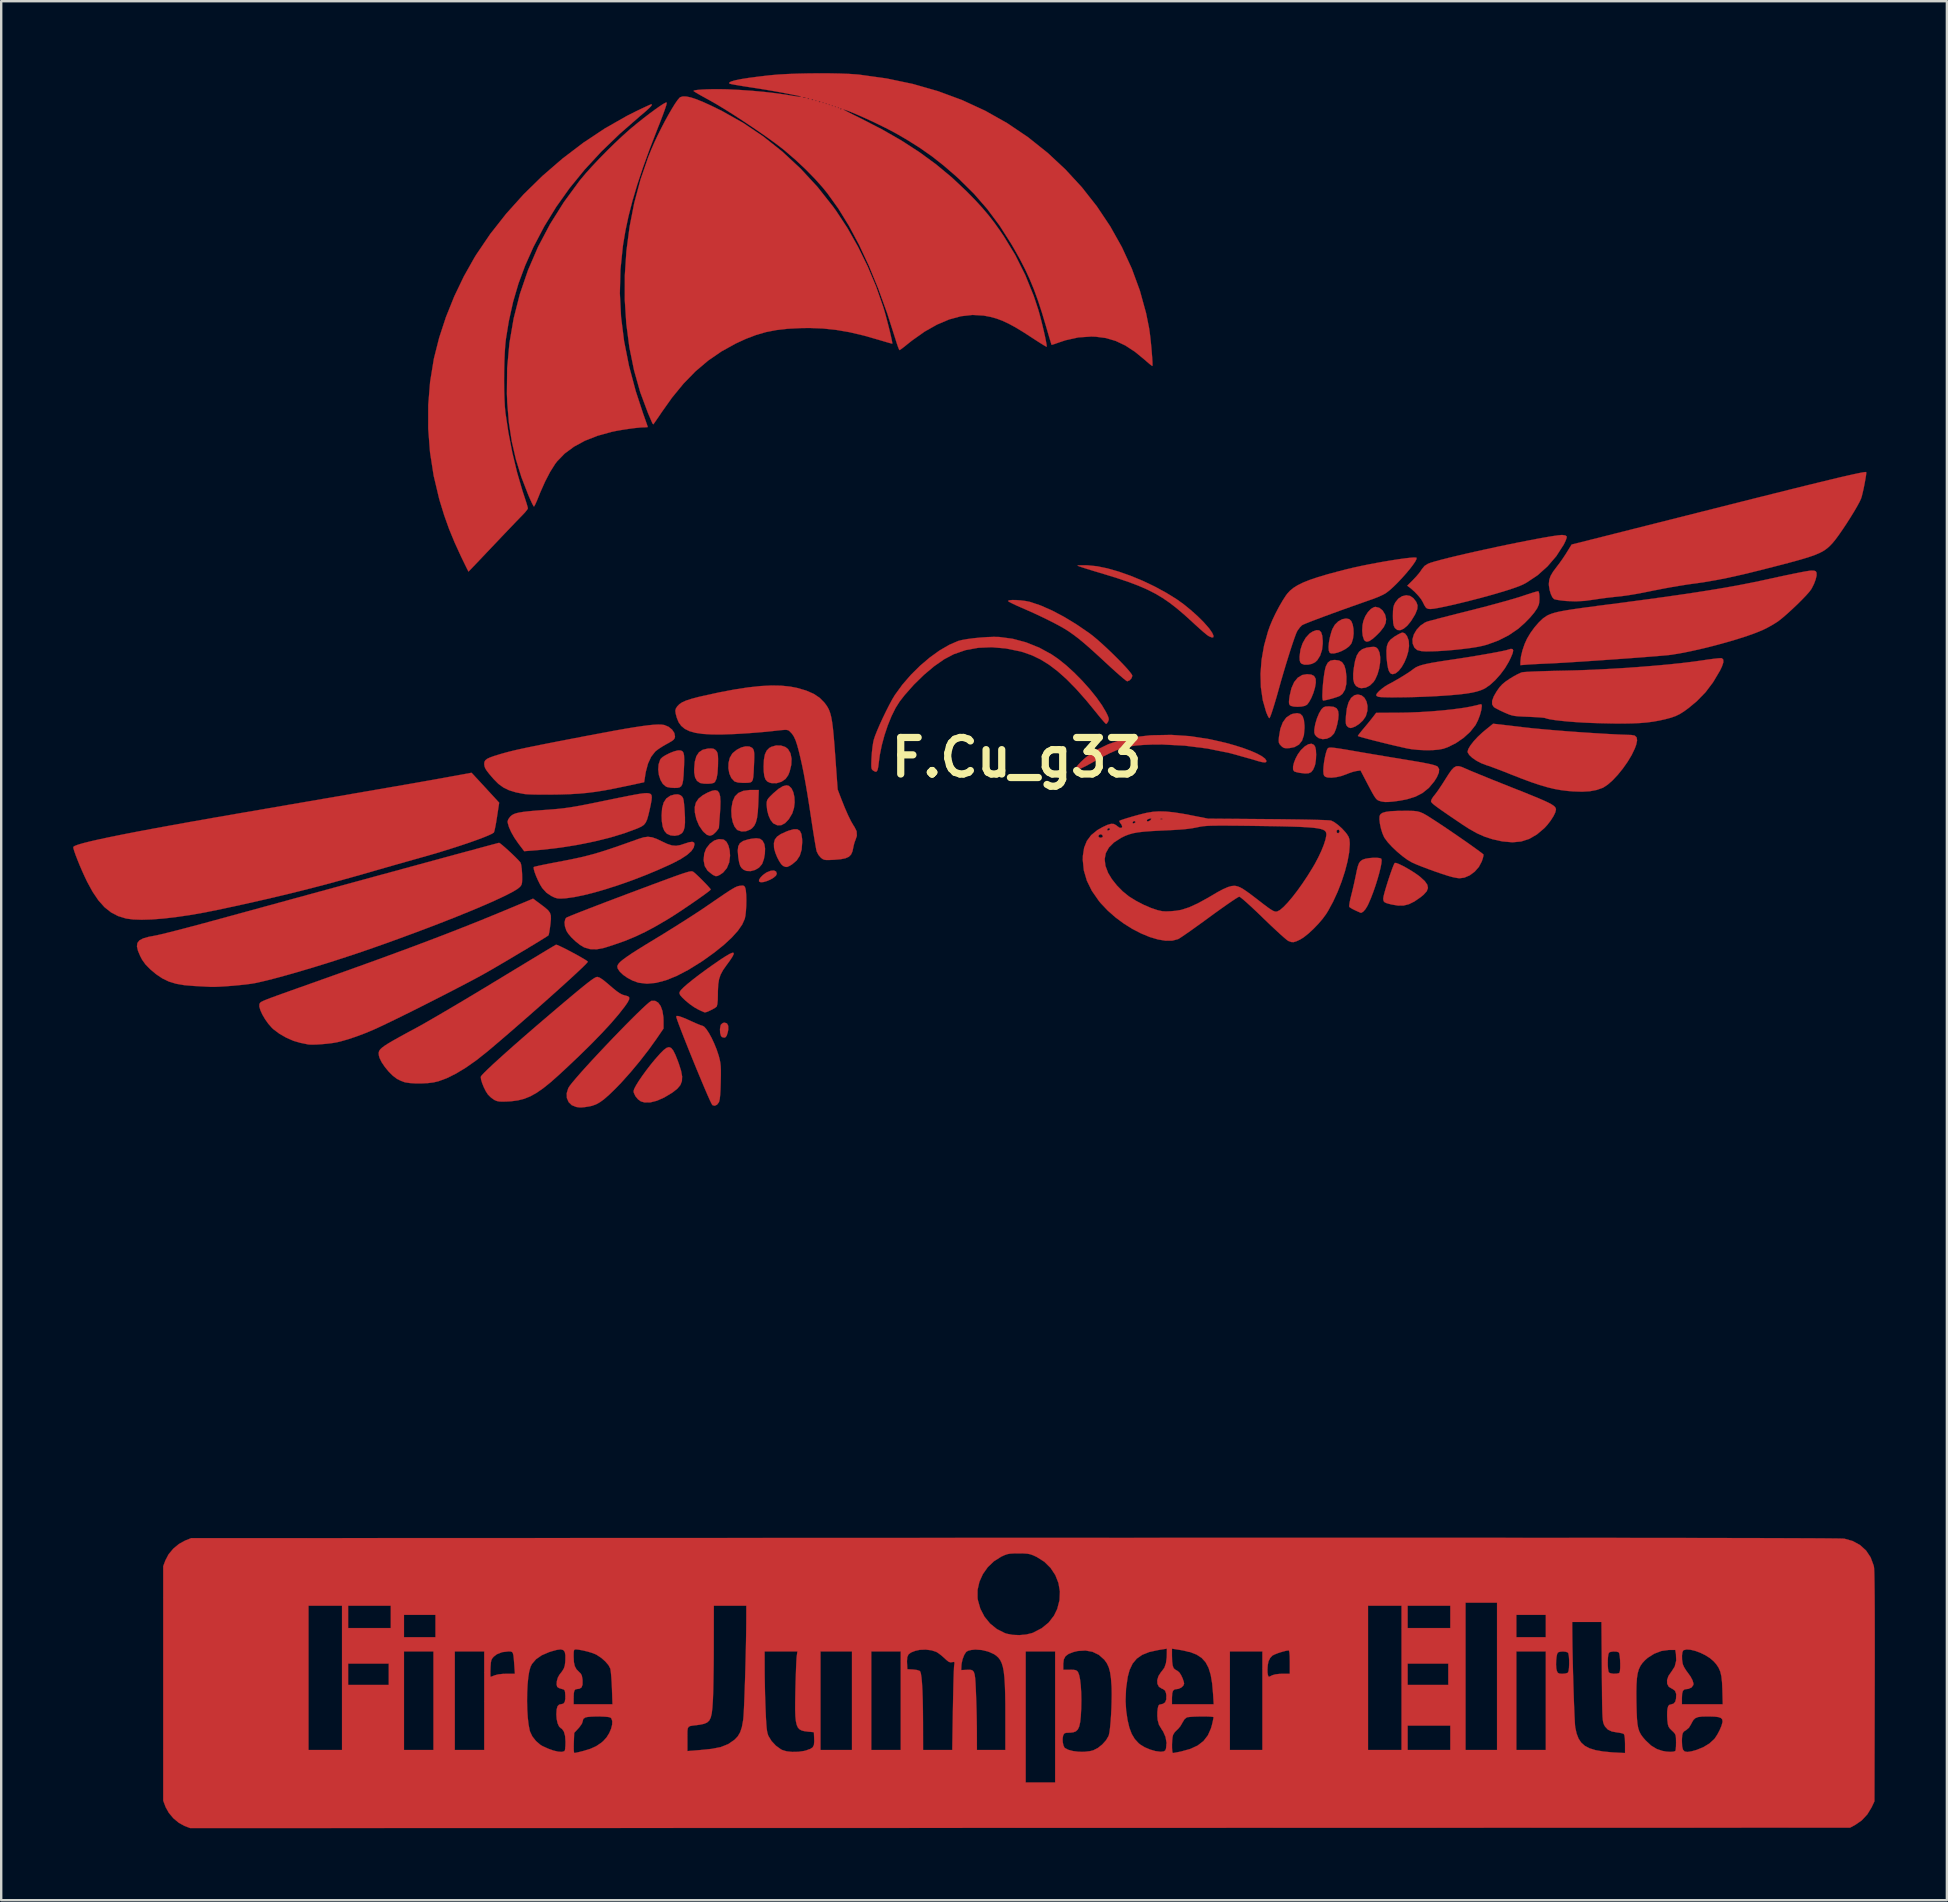
<source format=kicad_pcb>
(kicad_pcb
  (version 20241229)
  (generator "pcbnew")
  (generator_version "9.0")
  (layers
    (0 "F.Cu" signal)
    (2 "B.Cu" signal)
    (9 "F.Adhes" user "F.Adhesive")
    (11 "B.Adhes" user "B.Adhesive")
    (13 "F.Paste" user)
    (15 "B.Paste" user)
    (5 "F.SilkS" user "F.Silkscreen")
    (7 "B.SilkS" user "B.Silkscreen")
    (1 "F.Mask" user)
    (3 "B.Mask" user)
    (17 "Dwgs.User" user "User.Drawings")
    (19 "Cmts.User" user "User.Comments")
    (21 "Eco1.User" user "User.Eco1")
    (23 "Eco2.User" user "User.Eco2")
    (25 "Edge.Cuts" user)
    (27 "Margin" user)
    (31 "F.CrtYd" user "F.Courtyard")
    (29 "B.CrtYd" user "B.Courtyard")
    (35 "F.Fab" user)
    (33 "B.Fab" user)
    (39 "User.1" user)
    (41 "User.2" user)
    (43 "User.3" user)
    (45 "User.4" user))
  (footprint "F.Cu_g33"
    (layer "F.Cu")
    (at 39.312 28.516)
    (property "Reference" "F.Cu_g33" (at 0 0 0) (layer "F.SilkS") (effects (font (size 1.524 1.524) (thickness 0.3))))
    (attr through_hole)
    (fp_poly (pts (xy -12.067 11.083) (xy -12.015 11.183) (xy -12.013 11.343) (xy -12.036 11.458) (xy -12.077 11.59) (xy -12.126 11.656) (xy -12.179 11.676) (xy -12.276 11.652) (xy -12.316 11.605) (xy -12.352 11.478) (xy -12.359 11.32) (xy -12.335 11.175) (xy -12.318 11.131) (xy -12.241 11.065) (xy -12.168 11.049) (xy -12.067 11.083)) (stroke (width 0.01) (type solid)) (fill yes) (layer "F.Cu"))
    (fp_poly (pts (xy -10.021 4.753) (xy -9.991 4.845) (xy -10.026 4.923) (xy -10.12 5.006) (xy -10.25 5.084) (xy -10.397 5.148) (xy -10.539 5.19) (xy -10.656 5.2) (xy -10.728 5.169) (xy -10.732 5.164) (xy -10.729 5.095) (xy -10.669 5.001) (xy -10.568 4.898) (xy -10.441 4.806) (xy -10.403 4.784) (xy -10.24 4.72) (xy -10.109 4.71) (xy -10.021 4.753)) (stroke (width 0.01) (type solid)) (fill yes) (layer "F.Cu"))
    (fp_poly (pts (xy -10.762 1.938) (xy -10.781 2.263) (xy -10.813 2.516) (xy -10.863 2.708) (xy -10.934 2.851) (xy -11.03 2.956) (xy -11.099 3.004) (xy -11.276 3.074) (xy -11.458 3.083) (xy -11.617 3.031) (xy -11.65 3.009) (xy -11.751 2.883) (xy -11.827 2.695) (xy -11.874 2.465) (xy -11.886 2.212) (xy -11.879 2.108) (xy -11.83 1.83) (xy -11.737 1.622) (xy -11.592 1.478) (xy -11.39 1.391) (xy -11.124 1.356) (xy -11.047 1.355) (xy -10.741 1.355) (xy -10.762 1.938)) (stroke (width 0.01) (type solid)) (fill yes) (layer "F.Cu"))
    (fp_poly (pts (xy 12.611 -5.298) (xy 12.691 -5.224) (xy 12.739 -5.079) (xy 12.76 -4.858) (xy 12.76 -4.737) (xy 12.73 -4.479) (xy 12.652 -4.244) (xy 12.535 -4.055) (xy 12.44 -3.966) (xy 12.304 -3.9) (xy 12.142 -3.866) (xy 11.988 -3.868) (xy 11.874 -3.909) (xy 11.824 -3.965) (xy 11.8 -4.05) (xy 11.795 -4.191) (xy 11.795 -4.211) (xy 11.831 -4.492) (xy 11.919 -4.757) (xy 12.05 -4.988) (xy 12.213 -5.166) (xy 12.343 -5.25) (xy 12.496 -5.305) (xy 12.611 -5.298)) (stroke (width 0.01) (type solid)) (fill yes) (layer "F.Cu"))
    (fp_poly (pts (xy 15.118 -6.236) (xy 15.255 -6.127) (xy 15.355 -5.962) (xy 15.364 -5.937) (xy 15.401 -5.767) (xy 15.383 -5.604) (xy 15.303 -5.435) (xy 15.158 -5.248) (xy 15.027 -5.112) (xy 14.846 -4.947) (xy 14.705 -4.852) (xy 14.597 -4.823) (xy 14.516 -4.859) (xy 14.476 -4.914) (xy 14.424 -5.076) (xy 14.404 -5.286) (xy 14.417 -5.512) (xy 14.454 -5.691) (xy 14.533 -5.887) (xy 14.643 -6.059) (xy 14.769 -6.191) (xy 14.898 -6.265) (xy 14.961 -6.276) (xy 15.118 -6.236)) (stroke (width 0.01) (type solid)) (fill yes) (layer "F.Cu"))
    (fp_poly (pts (xy -12.226 3.417) (xy -12.189 3.43) (xy -12.086 3.516) (xy -12.006 3.668) (xy -11.955 3.872) (xy -11.938 4.094) (xy -11.973 4.372) (xy -12.072 4.611) (xy -12.23 4.799) (xy -12.37 4.894) (xy -12.467 4.939) (xy -12.538 4.945) (xy -12.621 4.91) (xy -12.685 4.872) (xy -12.877 4.715) (xy -12.994 4.524) (xy -13.038 4.292) (xy -13.039 4.26) (xy -13.014 4.005) (xy -12.935 3.795) (xy -12.789 3.606) (xy -12.772 3.589) (xy -12.598 3.461) (xy -12.41 3.402) (xy -12.226 3.417)) (stroke (width 0.01) (type solid)) (fill yes) (layer "F.Cu"))
    (fp_poly (pts (xy -9.82 -0.498) (xy -9.638 -0.439) (xy -9.523 -0.35) (xy -9.421 -0.175) (xy -9.376 0.049) (xy -9.387 0.308) (xy -9.455 0.587) (xy -9.511 0.731) (xy -9.626 0.894) (xy -9.795 1.011) (xy -9.998 1.072) (xy -10.213 1.068) (xy -10.276 1.053) (xy -10.387 1.001) (xy -10.464 0.911) (xy -10.512 0.772) (xy -10.536 0.57) (xy -10.54 0.373) (xy -10.527 0.088) (xy -10.486 -0.127) (xy -10.414 -0.284) (xy -10.305 -0.395) (xy -10.223 -0.442) (xy -10.024 -0.5) (xy -9.82 -0.498)) (stroke (width 0.01) (type solid)) (fill yes) (layer "F.Cu"))
    (fp_poly (pts (xy 11.827 -1.817) (xy 11.92 -1.723) (xy 11.976 -1.562) (xy 12 -1.326) (xy 12.001 -1.228) (xy 11.976 -0.932) (xy 11.899 -0.703) (xy 11.77 -0.537) (xy 11.585 -0.433) (xy 11.371 -0.39) (xy 11.231 -0.384) (xy 11.14 -0.399) (xy 11.068 -0.445) (xy 11.025 -0.486) (xy 10.962 -0.556) (xy 10.931 -0.624) (xy 10.925 -0.719) (xy 10.936 -0.861) (xy 10.994 -1.197) (xy 11.096 -1.465) (xy 11.241 -1.664) (xy 11.429 -1.79) (xy 11.515 -1.821) (xy 11.694 -1.848) (xy 11.827 -1.817)) (stroke (width 0.01) (type solid)) (fill yes) (layer "F.Cu"))
    (fp_poly (pts (xy 14.378 -2.587) (xy 14.5 -2.485) (xy 14.584 -2.333) (xy 14.626 -2.148) (xy 14.621 -1.946) (xy 14.562 -1.741) (xy 14.539 -1.693) (xy 14.434 -1.543) (xy 14.288 -1.405) (xy 14.125 -1.296) (xy 13.969 -1.235) (xy 13.907 -1.228) (xy 13.833 -1.255) (xy 13.777 -1.3) (xy 13.742 -1.349) (xy 13.723 -1.422) (xy 13.718 -1.538) (xy 13.726 -1.717) (xy 13.727 -1.734) (xy 13.765 -2.05) (xy 13.838 -2.302) (xy 13.944 -2.484) (xy 14.079 -2.593) (xy 14.224 -2.625) (xy 14.378 -2.587)) (stroke (width 0.01) (type solid)) (fill yes) (layer "F.Cu"))
    (fp_poly (pts (xy 12.283 -3.454) (xy 12.397 -3.397) (xy 12.459 -3.293) (xy 12.467 -3.262) (xy 12.471 -3.11) (xy 12.437 -2.913) (xy 12.373 -2.696) (xy 12.287 -2.485) (xy 12.188 -2.305) (xy 12.106 -2.2) (xy 12.014 -2.151) (xy 11.873 -2.121) (xy 11.71 -2.111) (xy 11.554 -2.12) (xy 11.433 -2.151) (xy 11.386 -2.183) (xy 11.359 -2.235) (xy 11.352 -2.318) (xy 11.364 -2.451) (xy 11.381 -2.569) (xy 11.456 -2.889) (xy 11.57 -3.143) (xy 11.721 -3.326) (xy 11.905 -3.437) (xy 12.105 -3.471) (xy 12.283 -3.454)) (stroke (width 0.01) (type solid)) (fill yes) (layer "F.Cu"))
    (fp_poly (pts (xy 13.865 -5.765) (xy 13.949 -5.684) (xy 14.008 -5.542) (xy 14.041 -5.36) (xy 14.047 -5.16) (xy 14.023 -4.96) (xy 13.968 -4.783) (xy 13.942 -4.731) (xy 13.852 -4.625) (xy 13.715 -4.524) (xy 13.553 -4.437) (xy 13.384 -4.371) (xy 13.228 -4.335) (xy 13.105 -4.337) (xy 13.049 -4.366) (xy 13.012 -4.455) (xy 13.003 -4.606) (xy 13.019 -4.799) (xy 13.06 -5.016) (xy 13.122 -5.24) (xy 13.164 -5.355) (xy 13.265 -5.532) (xy 13.406 -5.671) (xy 13.569 -5.761) (xy 13.735 -5.792) (xy 13.865 -5.765)) (stroke (width 0.01) (type solid)) (fill yes) (layer "F.Cu"))
    (fp_poly (pts (xy -10.691 3.388) (xy -10.586 3.465) (xy -10.514 3.599) (xy -10.507 3.619) (xy -10.48 3.793) (xy -10.487 4.006) (xy -10.526 4.224) (xy -10.591 4.411) (xy -10.613 4.453) (xy -10.733 4.591) (xy -10.896 4.687) (xy -11.077 4.736) (xy -11.253 4.729) (xy -11.378 4.676) (xy -11.46 4.605) (xy -11.517 4.514) (xy -11.558 4.383) (xy -11.591 4.192) (xy -11.599 4.131) (xy -11.618 3.883) (xy -11.598 3.702) (xy -11.528 3.572) (xy -11.399 3.482) (xy -11.201 3.418) (xy -11.057 3.388) (xy -10.844 3.365) (xy -10.691 3.388)) (stroke (width 0.01) (type solid)) (fill yes) (layer "F.Cu"))
    (fp_poly (pts (xy -9.136 2.992) (xy -9.03 3.056) (xy -8.966 3.188) (xy -8.936 3.393) (xy -8.932 3.53) (xy -8.956 3.841) (xy -9.032 4.093) (xy -9.165 4.295) (xy -9.362 4.46) (xy -9.469 4.523) (xy -9.559 4.562) (xy -9.633 4.559) (xy -9.727 4.52) (xy -9.804 4.45) (xy -9.89 4.321) (xy -9.976 4.157) (xy -10.048 3.98) (xy -10.096 3.813) (xy -10.107 3.749) (xy -10.111 3.567) (xy -10.072 3.421) (xy -9.98 3.299) (xy -9.826 3.193) (xy -9.6 3.09) (xy -9.491 3.048) (xy -9.287 2.991) (xy -9.136 2.992)) (stroke (width 0.01) (type solid)) (fill yes) (layer "F.Cu"))
    (fp_poly (pts (xy 12.395 -0.525) (xy 12.448 -0.438) (xy 12.476 -0.305) (xy 12.485 -0.122) (xy 12.477 0.077) (xy 12.452 0.258) (xy 12.427 0.352) (xy 12.359 0.509) (xy 12.28 0.609) (xy 12.172 0.659) (xy 12.017 0.667) (xy 11.801 0.641) (xy 11.79 0.639) (xy 11.668 0.613) (xy 11.58 0.584) (xy 11.568 0.578) (xy 11.524 0.505) (xy 11.523 0.379) (xy 11.56 0.219) (xy 11.63 0.041) (xy 11.726 -0.138) (xy 11.844 -0.3) (xy 11.854 -0.311) (xy 12.014 -0.464) (xy 12.163 -0.552) (xy 12.293 -0.573) (xy 12.395 -0.525)) (stroke (width 0.01) (type solid)) (fill yes) (layer "F.Cu"))
    (fp_poly (pts (xy 14.966 -4.598) (xy 15.026 -4.553) (xy 15.064 -4.508) (xy 15.128 -4.367) (xy 15.156 -4.171) (xy 15.149 -3.942) (xy 15.109 -3.698) (xy 15.041 -3.462) (xy 14.946 -3.252) (xy 14.879 -3.148) (xy 14.726 -2.999) (xy 14.549 -2.91) (xy 14.368 -2.887) (xy 14.266 -2.909) (xy 14.147 -2.98) (xy 14.07 -3.095) (xy 14.031 -3.264) (xy 14.03 -3.495) (xy 14.055 -3.73) (xy 14.107 -4.025) (xy 14.177 -4.247) (xy 14.274 -4.405) (xy 14.406 -4.511) (xy 14.581 -4.575) (xy 14.751 -4.602) (xy 14.885 -4.611) (xy 14.966 -4.598)) (stroke (width 0.01) (type solid)) (fill yes) (layer "F.Cu"))
    (fp_poly (pts (xy -9.485 1.184) (xy -9.379 1.285) (xy -9.302 1.447) (xy -9.257 1.651) (xy -9.247 1.875) (xy -9.274 2.102) (xy -9.339 2.312) (xy -9.354 2.345) (xy -9.494 2.578) (xy -9.646 2.737) (xy -9.806 2.822) (xy -9.968 2.827) (xy -10.126 2.752) (xy -10.148 2.734) (xy -10.25 2.606) (xy -10.334 2.419) (xy -10.392 2.199) (xy -10.414 1.973) (xy -10.414 1.966) (xy -10.411 1.863) (xy -10.393 1.785) (xy -10.349 1.711) (xy -10.266 1.619) (xy -10.141 1.497) (xy -9.921 1.309) (xy -9.736 1.196) (xy -9.584 1.16) (xy -9.485 1.184)) (stroke (width 0.01) (type solid)) (fill yes) (layer "F.Cu"))
    (fp_poly (pts (xy 13.035 -2.13) (xy 13.222 -2.109) (xy 13.341 -2.047) (xy 13.403 -1.935) (xy 13.42 -1.78) (xy 13.405 -1.592) (xy 13.364 -1.381) (xy 13.308 -1.181) (xy 13.242 -1.024) (xy 13.223 -0.992) (xy 13.096 -0.861) (xy 12.933 -0.783) (xy 12.759 -0.763) (xy 12.597 -0.804) (xy 12.503 -0.871) (xy 12.438 -0.947) (xy 12.41 -1.027) (xy 12.409 -1.144) (xy 12.414 -1.199) (xy 12.451 -1.406) (xy 12.518 -1.628) (xy 12.604 -1.835) (xy 12.698 -1.994) (xy 12.719 -2.021) (xy 12.792 -2.09) (xy 12.877 -2.122) (xy 13.007 -2.13) (xy 13.035 -2.13)) (stroke (width 0.01) (type solid)) (fill yes) (layer "F.Cu"))
    (fp_poly (pts (xy 16.402 -6.732) (xy 16.542 -6.634) (xy 16.542 -6.634) (xy 16.659 -6.481) (xy 16.712 -6.34) (xy 16.701 -6.187) (xy 16.63 -6.003) (xy 16.593 -5.933) (xy 16.441 -5.686) (xy 16.287 -5.496) (xy 16.135 -5.368) (xy 15.994 -5.305) (xy 15.869 -5.312) (xy 15.768 -5.393) (xy 15.76 -5.406) (xy 15.72 -5.489) (xy 15.697 -5.604) (xy 15.686 -5.772) (xy 15.684 -5.904) (xy 15.688 -6.101) (xy 15.701 -6.24) (xy 15.729 -6.347) (xy 15.776 -6.446) (xy 15.785 -6.463) (xy 15.913 -6.621) (xy 16.07 -6.721) (xy 16.239 -6.76) (xy 16.402 -6.732)) (stroke (width 0.01) (type solid)) (fill yes) (layer "F.Cu"))
    (fp_poly (pts (xy 16.188 -5.167) (xy 16.273 -5.057) (xy 16.335 -4.893) (xy 16.346 -4.84) (xy 16.356 -4.643) (xy 16.325 -4.422) (xy 16.259 -4.193) (xy 16.166 -3.972) (xy 16.054 -3.774) (xy 15.929 -3.614) (xy 15.8 -3.508) (xy 15.679 -3.471) (xy 15.598 -3.492) (xy 15.537 -3.568) (xy 15.508 -3.629) (xy 15.477 -3.742) (xy 15.448 -3.911) (xy 15.426 -4.106) (xy 15.42 -4.193) (xy 15.414 -4.45) (xy 15.435 -4.643) (xy 15.489 -4.791) (xy 15.585 -4.912) (xy 15.73 -5.024) (xy 15.783 -5.058) (xy 15.916 -5.135) (xy 16.027 -5.189) (xy 16.089 -5.207) (xy 16.188 -5.167)) (stroke (width 0.01) (type solid)) (fill yes) (layer "F.Cu"))
    (fp_poly (pts (xy -14.008 1.572) (xy -13.973 1.598) (xy -13.929 1.64) (xy -13.898 1.695) (xy -13.875 1.778) (xy -13.858 1.907) (xy -13.841 2.098) (xy -13.835 2.184) (xy -13.818 2.492) (xy -13.817 2.729) (xy -13.834 2.907) (xy -13.87 3.037) (xy -13.926 3.133) (xy -13.95 3.159) (xy -14.079 3.235) (xy -14.246 3.264) (xy -14.42 3.246) (xy -14.566 3.181) (xy -14.575 3.174) (xy -14.677 3.057) (xy -14.745 2.888) (xy -14.782 2.655) (xy -14.791 2.413) (xy -14.77 2.109) (xy -14.704 1.874) (xy -14.59 1.703) (xy -14.425 1.592) (xy -14.244 1.542) (xy -14.108 1.536) (xy -14.008 1.572)) (stroke (width 0.01) (type solid)) (fill yes) (layer "F.Cu"))
    (fp_poly (pts (xy -12.618 -0.36) (xy -12.548 -0.314) (xy -12.536 -0.301) (xy -12.491 -0.248) (xy -12.462 -0.181) (xy -12.445 -0.085) (xy -12.438 0.056) (xy -12.44 0.258) (xy -12.443 0.381) (xy -12.463 0.673) (xy -12.504 0.885) (xy -12.567 1.017) (xy -12.614 1.058) (xy -12.717 1.085) (xy -12.867 1.096) (xy -13.028 1.091) (xy -13.163 1.069) (xy -13.195 1.058) (xy -13.318 0.973) (xy -13.396 0.832) (xy -13.432 0.628) (xy -13.434 0.48) (xy -13.408 0.178) (xy -13.343 -0.052) (xy -13.234 -0.217) (xy -13.077 -0.321) (xy -12.871 -0.37) (xy -12.854 -0.372) (xy -12.71 -0.377) (xy -12.618 -0.36)) (stroke (width 0.01) (type solid)) (fill yes) (layer "F.Cu"))
    (fp_poly (pts (xy -12.46 1.389) (xy -12.392 1.473) (xy -12.352 1.619) (xy -12.338 1.834) (xy -12.346 2.123) (xy -12.359 2.319) (xy -12.375 2.532) (xy -12.389 2.715) (xy -12.398 2.851) (xy -12.403 2.923) (xy -12.403 2.93) (xy -12.429 2.977) (xy -12.494 3.062) (xy -12.535 3.11) (xy -12.661 3.224) (xy -12.779 3.262) (xy -12.902 3.223) (xy -13.039 3.105) (xy -13.078 3.062) (xy -13.231 2.838) (xy -13.343 2.571) (xy -13.405 2.293) (xy -13.41 2.069) (xy -13.362 1.879) (xy -13.252 1.716) (xy -13.073 1.572) (xy -12.872 1.462) (xy -12.697 1.39) (xy -12.561 1.364) (xy -12.46 1.389)) (stroke (width 0.01) (type solid)) (fill yes) (layer "F.Cu"))
    (fp_poly (pts (xy 13.442 -4.041) (xy 13.569 -3.968) (xy 13.659 -3.837) (xy 13.717 -3.639) (xy 13.748 -3.367) (xy 13.748 -3.365) (xy 13.743 -3.064) (xy 13.688 -2.826) (xy 13.583 -2.652) (xy 13.468 -2.564) (xy 13.373 -2.526) (xy 13.229 -2.479) (xy 13.065 -2.433) (xy 12.912 -2.395) (xy 12.799 -2.373) (xy 12.774 -2.371) (xy 12.756 -2.409) (xy 12.745 -2.505) (xy 12.744 -2.572) (xy 12.752 -2.804) (xy 12.77 -3.056) (xy 12.797 -3.305) (xy 12.829 -3.53) (xy 12.865 -3.709) (xy 12.893 -3.804) (xy 12.973 -3.954) (xy 13.075 -4.034) (xy 13.225 -4.063) (xy 13.271 -4.064) (xy 13.442 -4.041)) (stroke (width 0.01) (type solid)) (fill yes) (layer "F.Cu"))
    (fp_poly (pts (xy -11.137 -0.459) (xy -11.017 -0.402) (xy -10.982 -0.361) (xy -10.956 -0.309) (xy -10.939 -0.241) (xy -10.93 -0.142) (xy -10.93 0.004) (xy -10.937 0.21) (xy -10.944 0.376) (xy -10.956 0.63) (xy -10.97 0.812) (xy -10.992 0.933) (xy -11.033 1.006) (xy -11.099 1.043) (xy -11.2 1.056) (xy -11.343 1.058) (xy -11.41 1.058) (xy -11.608 1.044) (xy -11.742 1.003) (xy -11.759 0.992) (xy -11.886 0.856) (xy -11.969 0.668) (xy -12.008 0.451) (xy -12.002 0.226) (xy -11.95 0.015) (xy -11.85 -0.158) (xy -11.822 -0.189) (xy -11.654 -0.324) (xy -11.473 -0.417) (xy -11.295 -0.463) (xy -11.137 -0.459)) (stroke (width 0.01) (type solid)) (fill yes) (layer "F.Cu"))
    (fp_poly (pts (xy -13.986 -0.289) (xy -13.922 -0.258) (xy -13.88 -0.194) (xy -13.856 -0.085) (xy -13.849 0.08) (xy -13.854 0.311) (xy -13.862 0.484) (xy -13.877 0.76) (xy -13.897 0.963) (xy -13.926 1.103) (xy -13.97 1.193) (xy -14.034 1.243) (xy -14.125 1.265) (xy -14.248 1.269) (xy -14.257 1.269) (xy -14.411 1.26) (xy -14.546 1.236) (xy -14.604 1.216) (xy -14.737 1.105) (xy -14.838 0.935) (xy -14.905 0.728) (xy -14.932 0.505) (xy -14.916 0.287) (xy -14.852 0.097) (xy -14.829 0.057) (xy -14.75 -0.018) (xy -14.615 -0.102) (xy -14.45 -0.184) (xy -14.281 -0.251) (xy -14.134 -0.29) (xy -14.075 -0.296) (xy -13.986 -0.289)) (stroke (width 0.01) (type solid)) (fill yes) (layer "F.Cu"))
    (fp_poly (pts (xy -14.394 12.105) (xy -14.309 12.207) (xy -14.221 12.381) (xy -14.121 12.631) (xy -14.072 12.765) (xy -13.979 13.058) (xy -13.936 13.294) (xy -13.945 13.486) (xy -14.009 13.651) (xy -14.133 13.8) (xy -14.319 13.948) (xy -14.352 13.971) (xy -14.681 14.169) (xy -14.986 14.304) (xy -15.261 14.374) (xy -15.5 14.376) (xy -15.652 14.333) (xy -15.776 14.245) (xy -15.883 14.114) (xy -15.949 13.973) (xy -15.96 13.902) (xy -15.933 13.812) (xy -15.859 13.67) (xy -15.747 13.487) (xy -15.603 13.276) (xy -15.437 13.048) (xy -15.257 12.814) (xy -15.071 12.587) (xy -14.887 12.378) (xy -14.848 12.335) (xy -14.703 12.19) (xy -14.584 12.101) (xy -14.484 12.071) (xy -14.394 12.105)) (stroke (width 0.01) (type solid)) (fill yes) (layer "F.Cu"))
    (fp_poly (pts (xy 15.825 4.398) (xy 15.94 4.442) (xy 16.094 4.516) (xy 16.271 4.613) (xy 16.457 4.723) (xy 16.635 4.839) (xy 16.789 4.951) (xy 16.829 4.983) (xy 17.013 5.153) (xy 17.118 5.303) (xy 17.145 5.44) (xy 17.093 5.576) (xy 16.963 5.721) (xy 16.838 5.823) (xy 16.581 6.001) (xy 16.352 6.114) (xy 16.131 6.17) (xy 15.896 6.172) (xy 15.626 6.126) (xy 15.594 6.118) (xy 15.435 6.076) (xy 15.342 6.036) (xy 15.297 5.985) (xy 15.283 5.909) (xy 15.282 5.871) (xy 15.295 5.787) (xy 15.33 5.645) (xy 15.382 5.462) (xy 15.446 5.254) (xy 15.515 5.038) (xy 15.586 4.829) (xy 15.652 4.644) (xy 15.708 4.5) (xy 15.75 4.412) (xy 15.764 4.394) (xy 15.825 4.398)) (stroke (width 0.01) (type solid)) (fill yes) (layer "F.Cu"))
    (fp_poly (pts (xy 15.142 4.194) (xy 15.199 4.218) (xy 15.215 4.286) (xy 15.203 4.419) (xy 15.167 4.604) (xy 15.111 4.829) (xy 15.04 5.08) (xy 14.957 5.344) (xy 14.865 5.608) (xy 14.769 5.859) (xy 14.672 6.084) (xy 14.621 6.19) (xy 14.539 6.323) (xy 14.45 6.423) (xy 14.37 6.472) (xy 14.343 6.474) (xy 14.301 6.455) (xy 14.205 6.413) (xy 14.112 6.37) (xy 13.987 6.308) (xy 13.895 6.251) (xy 13.865 6.224) (xy 13.863 6.165) (xy 13.88 6.045) (xy 13.914 5.883) (xy 13.943 5.766) (xy 14.002 5.529) (xy 14.065 5.257) (xy 14.121 4.997) (xy 14.137 4.92) (xy 14.185 4.687) (xy 14.227 4.522) (xy 14.27 4.41) (xy 14.32 4.336) (xy 14.386 4.283) (xy 14.436 4.254) (xy 14.544 4.219) (xy 14.695 4.194) (xy 14.862 4.18) (xy 15.02 4.18) (xy 15.142 4.194)) (stroke (width 0.01) (type solid)) (fill yes) (layer "F.Cu"))
    (fp_poly (pts (xy -11.788 8.144) (xy -11.79 8.202) (xy -11.847 8.314) (xy -11.957 8.479) (xy -12.088 8.657) (xy -12.232 8.863) (xy -12.333 9.05) (xy -12.397 9.241) (xy -12.432 9.46) (xy -12.445 9.73) (xy -12.446 9.836) (xy -12.451 10.098) (xy -12.468 10.278) (xy -12.494 10.376) (xy -12.499 10.383) (xy -12.561 10.432) (xy -12.672 10.496) (xy -12.8 10.559) (xy -12.916 10.607) (xy -12.989 10.625) (xy -13.039 10.607) (xy -13.142 10.561) (xy -13.275 10.498) (xy -13.436 10.406) (xy -13.618 10.278) (xy -13.785 10.141) (xy -13.801 10.127) (xy -13.933 10.001) (xy -14.01 9.913) (xy -14.044 9.847) (xy -14.044 9.788) (xy -14.042 9.777) (xy -13.994 9.702) (xy -13.881 9.586) (xy -13.709 9.434) (xy -13.483 9.251) (xy -13.21 9.042) (xy -12.895 8.811) (xy -12.666 8.648) (xy -12.366 8.441) (xy -12.13 8.287) (xy -11.956 8.186) (xy -11.843 8.138) (xy -11.788 8.144)) (stroke (width 0.01) (type solid)) (fill yes) (layer "F.Cu"))
    (fp_poly (pts (xy 2.974 -8.007) (xy 3.355 -7.969) (xy 3.787 -7.88) (xy 4.256 -7.746) (xy 4.748 -7.573) (xy 5.252 -7.365) (xy 5.752 -7.127) (xy 6.235 -6.865) (xy 6.663 -6.601) (xy 6.953 -6.394) (xy 7.253 -6.15) (xy 7.545 -5.89) (xy 7.806 -5.63) (xy 8.016 -5.39) (xy 8.038 -5.362) (xy 8.151 -5.199) (xy 8.205 -5.081) (xy 8.204 -5.013) (xy 8.146 -4.999) (xy 8.034 -5.044) (xy 7.98 -5.075) (xy 7.906 -5.131) (xy 7.784 -5.233) (xy 7.628 -5.369) (xy 7.453 -5.528) (xy 7.345 -5.628) (xy 7.005 -5.937) (xy 6.689 -6.206) (xy 6.387 -6.441) (xy 6.086 -6.648) (xy 5.776 -6.832) (xy 5.444 -7) (xy 5.08 -7.158) (xy 4.672 -7.312) (xy 4.209 -7.469) (xy 3.679 -7.633) (xy 3.44 -7.705) (xy 3.179 -7.783) (xy 2.948 -7.854) (xy 2.758 -7.915) (xy 2.621 -7.961) (xy 2.549 -7.99) (xy 2.54 -7.996) (xy 2.579 -8.006) (xy 2.686 -8.011) (xy 2.841 -8.011) (xy 2.974 -8.007)) (stroke (width 0.01) (type solid)) (fill yes) (layer "F.Cu"))
    (fp_poly (pts (xy 7.234 -0.888) (xy 8.037 -0.764) (xy 8.719 -0.609) (xy 9.108 -0.5) (xy 9.461 -0.387) (xy 9.769 -0.272) (xy 10.026 -0.159) (xy 10.224 -0.051) (xy 10.355 0.048) (xy 10.412 0.135) (xy 10.414 0.152) (xy 10.397 0.193) (xy 10.339 0.207) (xy 10.23 0.193) (xy 10.06 0.15) (xy 9.854 0.086) (xy 8.909 -0.178) (xy 7.956 -0.372) (xy 7.006 -0.493) (xy 6.073 -0.541) (xy 5.652 -0.538) (xy 5.282 -0.523) (xy 4.965 -0.497) (xy 4.683 -0.454) (xy 4.419 -0.39) (xy 4.157 -0.3) (xy 3.878 -0.177) (xy 3.566 -0.018) (xy 3.203 0.183) (xy 3.155 0.211) (xy 2.883 0.36) (xy 2.678 0.458) (xy 2.54 0.505) (xy 2.467 0.502) (xy 2.455 0.475) (xy 2.486 0.41) (xy 2.567 0.307) (xy 2.683 0.184) (xy 2.82 0.056) (xy 2.956 -0.056) (xy 3.375 -0.335) (xy 3.836 -0.558) (xy 4.346 -0.728) (xy 4.911 -0.848) (xy 5.54 -0.919) (xy 5.646 -0.926) (xy 6.442 -0.941) (xy 7.234 -0.888)) (stroke (width 0.01) (type solid)) (fill yes) (layer "F.Cu"))
    (fp_poly (pts (xy -15.062 10.141) (xy -14.933 10.217) (xy -14.829 10.361) (xy -14.756 10.565) (xy -14.716 10.822) (xy -14.711 10.971) (xy -14.711 11.296) (xy -15.003 11.724) (xy -15.335 12.186) (xy -15.706 12.663) (xy -16.096 13.13) (xy -16.483 13.562) (xy -16.699 13.785) (xy -16.954 14.034) (xy -17.169 14.224) (xy -17.357 14.363) (xy -17.528 14.458) (xy -17.694 14.517) (xy -17.804 14.541) (xy -17.988 14.57) (xy -18.117 14.583) (xy -18.216 14.583) (xy -18.314 14.57) (xy -18.349 14.564) (xy -18.535 14.49) (xy -18.666 14.361) (xy -18.739 14.191) (xy -18.746 13.994) (xy -18.682 13.784) (xy -18.673 13.767) (xy -18.612 13.674) (xy -18.5 13.532) (xy -18.344 13.347) (xy -18.151 13.126) (xy -17.926 12.876) (xy -17.678 12.605) (xy -17.411 12.318) (xy -17.134 12.024) (xy -16.852 11.728) (xy -16.572 11.438) (xy -16.301 11.16) (xy -16.045 10.902) (xy -15.811 10.671) (xy -15.605 10.472) (xy -15.435 10.314) (xy -15.306 10.203) (xy -15.225 10.146) (xy -15.211 10.141) (xy -15.062 10.141)) (stroke (width 0.01) (type solid)) (fill yes) (layer "F.Cu"))
    (fp_poly (pts (xy 19.382 -2.203) (xy 19.389 -2.144) (xy 19.367 -1.972) (xy 19.31 -1.763) (xy 19.228 -1.548) (xy 19.133 -1.361) (xy 19.121 -1.342) (xy 18.905 -1.069) (xy 18.626 -0.815) (xy 18.307 -0.596) (xy 17.968 -0.428) (xy 17.783 -0.363) (xy 17.585 -0.326) (xy 17.329 -0.305) (xy 17.039 -0.302) (xy 16.74 -0.316) (xy 16.455 -0.346) (xy 16.277 -0.377) (xy 16.039 -0.43) (xy 15.776 -0.49) (xy 15.5 -0.556) (xy 15.223 -0.624) (xy 14.957 -0.69) (xy 14.715 -0.753) (xy 14.508 -0.808) (xy 14.35 -0.852) (xy 14.251 -0.884) (xy 14.224 -0.897) (xy 14.25 -0.941) (xy 14.318 -1.031) (xy 14.416 -1.151) (xy 14.446 -1.187) (xy 14.58 -1.346) (xy 14.717 -1.513) (xy 14.828 -1.654) (xy 14.829 -1.655) (xy 14.989 -1.863) (xy 15.802 -1.864) (xy 16.277 -1.871) (xy 16.764 -1.89) (xy 17.25 -1.919) (xy 17.721 -1.958) (xy 18.165 -2.005) (xy 18.567 -2.059) (xy 18.915 -2.118) (xy 19.195 -2.181) (xy 19.251 -2.197) (xy 19.344 -2.219) (xy 19.382 -2.203)) (stroke (width 0.01) (type solid)) (fill yes) (layer "F.Cu"))
    (fp_poly (pts (xy -14.08 10.778) (xy -13.944 10.823) (xy -13.744 10.905) (xy -13.552 10.992) (xy -13.381 11.069) (xy -13.235 11.13) (xy -13.134 11.168) (xy -13.101 11.176) (xy -13.024 11.214) (xy -12.928 11.32) (xy -12.821 11.481) (xy -12.709 11.684) (xy -12.6 11.917) (xy -12.499 12.165) (xy -12.415 12.417) (xy -12.398 12.477) (xy -12.365 12.609) (xy -12.342 12.733) (xy -12.328 12.867) (xy -12.321 13.031) (xy -12.321 13.242) (xy -12.327 13.519) (xy -12.327 13.522) (xy -12.336 13.83) (xy -12.35 14.063) (xy -12.368 14.229) (xy -12.392 14.337) (xy -12.406 14.372) (xy -12.482 14.47) (xy -12.575 14.513) (xy -12.661 14.494) (xy -12.686 14.469) (xy -12.723 14.402) (xy -12.787 14.267) (xy -12.873 14.075) (xy -12.977 13.834) (xy -13.095 13.555) (xy -13.223 13.249) (xy -13.358 12.923) (xy -13.494 12.59) (xy -13.629 12.257) (xy -13.757 11.936) (xy -13.876 11.636) (xy -13.981 11.367) (xy -14.068 11.138) (xy -14.133 10.96) (xy -14.172 10.842) (xy -14.182 10.798) (xy -14.157 10.771) (xy -14.08 10.778)) (stroke (width 0.01) (type solid)) (fill yes) (layer "F.Cu"))
    (fp_poly (pts (xy -0.011 -6.56) (xy 0.177 -6.546) (xy 0.368 -6.522) (xy 0.541 -6.488) (xy 0.582 -6.477) (xy 1.01 -6.332) (xy 1.478 -6.126) (xy 1.976 -5.863) (xy 2.492 -5.55) (xy 3.015 -5.193) (xy 3.042 -5.174) (xy 3.203 -5.049) (xy 3.392 -4.89) (xy 3.599 -4.705) (xy 3.816 -4.503) (xy 4.034 -4.294) (xy 4.242 -4.087) (xy 4.432 -3.891) (xy 4.595 -3.716) (xy 4.721 -3.569) (xy 4.801 -3.461) (xy 4.826 -3.404) (xy 4.792 -3.303) (xy 4.713 -3.216) (xy 4.618 -3.175) (xy 4.611 -3.175) (xy 4.565 -3.203) (xy 4.466 -3.281) (xy 4.323 -3.403) (xy 4.145 -3.559) (xy 3.941 -3.744) (xy 3.729 -3.939) (xy 3.41 -4.234) (xy 3.141 -4.478) (xy 2.913 -4.68) (xy 2.714 -4.849) (xy 2.536 -4.992) (xy 2.367 -5.119) (xy 2.198 -5.239) (xy 2.138 -5.279) (xy 1.951 -5.394) (xy 1.7 -5.533) (xy 1.4 -5.688) (xy 1.065 -5.853) (xy 0.711 -6.019) (xy 0.351 -6.179) (xy 0.203 -6.243) (xy 0.001 -6.332) (xy -0.166 -6.411) (xy -0.288 -6.474) (xy -0.351 -6.515) (xy -0.356 -6.526) (xy -0.298 -6.551) (xy -0.176 -6.562) (xy -0.011 -6.56)) (stroke (width 0.01) (type solid)) (fill yes) (layer "F.Cu"))
    (fp_poly (pts (xy 21.747 -6.927) (xy 21.774 -6.857) (xy 21.788 -6.734) (xy 21.79 -6.586) (xy 21.779 -6.443) (xy 21.764 -6.369) (xy 21.697 -6.219) (xy 21.571 -6.035) (xy 21.398 -5.83) (xy 21.189 -5.616) (xy 20.956 -5.407) (xy 20.892 -5.354) (xy 20.515 -5.096) (xy 20.082 -4.876) (xy 19.618 -4.705) (xy 19.441 -4.657) (xy 19.215 -4.609) (xy 18.933 -4.564) (xy 18.611 -4.523) (xy 18.269 -4.486) (xy 17.922 -4.456) (xy 17.59 -4.434) (xy 17.289 -4.422) (xy 17.039 -4.421) (xy 16.87 -4.432) (xy 16.697 -4.477) (xy 16.583 -4.574) (xy 16.511 -4.737) (xy 16.508 -4.747) (xy 16.5 -4.931) (xy 16.558 -5.128) (xy 16.671 -5.321) (xy 16.827 -5.491) (xy 17.015 -5.62) (xy 17.109 -5.661) (xy 17.181 -5.682) (xy 17.325 -5.721) (xy 17.532 -5.776) (xy 17.791 -5.843) (xy 18.094 -5.921) (xy 18.429 -6.006) (xy 18.788 -6.096) (xy 18.874 -6.118) (xy 19.262 -6.217) (xy 19.651 -6.318) (xy 20.025 -6.419) (xy 20.373 -6.515) (xy 20.679 -6.603) (xy 20.931 -6.678) (xy 21.111 -6.737) (xy 21.324 -6.808) (xy 21.508 -6.867) (xy 21.649 -6.908) (xy 21.732 -6.927) (xy 21.747 -6.927)) (stroke (width 0.01) (type solid)) (fill yes) (layer "F.Cu"))
    (fp_poly (pts (xy 21.158 -1.255) (xy 21.541 -1.213) (xy 21.991 -1.171) (xy 22.49 -1.128) (xy 23.02 -1.086) (xy 23.563 -1.047) (xy 24.102 -1.012) (xy 24.618 -0.981) (xy 25.094 -0.957) (xy 25.512 -0.941) (xy 25.627 -0.937) (xy 25.764 -0.911) (xy 25.841 -0.837) (xy 25.86 -0.711) (xy 25.822 -0.529) (xy 25.764 -0.372) (xy 25.634 -0.101) (xy 25.464 0.181) (xy 25.268 0.46) (xy 25.057 0.721) (xy 24.843 0.95) (xy 24.636 1.132) (xy 24.45 1.254) (xy 24.423 1.267) (xy 24.174 1.354) (xy 23.893 1.407) (xy 23.567 1.426) (xy 23.183 1.413) (xy 22.963 1.395) (xy 22.689 1.361) (xy 22.412 1.311) (xy 22.122 1.241) (xy 21.805 1.148) (xy 21.449 1.029) (xy 21.044 0.879) (xy 20.575 0.695) (xy 20.532 0.677) (xy 20.284 0.579) (xy 20.037 0.484) (xy 19.813 0.401) (xy 19.634 0.338) (xy 19.568 0.317) (xy 19.355 0.234) (xy 19.157 0.129) (xy 18.988 0.012) (xy 18.865 -0.105) (xy 18.801 -0.212) (xy 18.796 -0.246) (xy 18.828 -0.355) (xy 18.916 -0.503) (xy 19.049 -0.674) (xy 19.217 -0.857) (xy 19.408 -1.036) (xy 19.486 -1.102) (xy 19.859 -1.407) (xy 21.158 -1.255)) (stroke (width 0.01) (type solid)) (fill yes) (layer "F.Cu"))
    (fp_poly (pts (xy -11.347 5.358) (xy -11.31 5.421) (xy -11.304 5.437) (xy -11.28 5.553) (xy -11.265 5.729) (xy -11.26 5.944) (xy -11.264 6.174) (xy -11.277 6.397) (xy -11.298 6.59) (xy -11.326 6.723) (xy -11.432 6.961) (xy -11.614 7.223) (xy -11.87 7.507) (xy -12.196 7.808) (xy -12.588 8.124) (xy -13.043 8.451) (xy -13.139 8.516) (xy -13.668 8.845) (xy -14.159 9.102) (xy -14.613 9.284) (xy -15.027 9.393) (xy -15.403 9.428) (xy -15.739 9.388) (xy -15.783 9.377) (xy -16.002 9.297) (xy -16.21 9.187) (xy -16.392 9.06) (xy -16.533 8.926) (xy -16.619 8.798) (xy -16.637 8.719) (xy -16.625 8.661) (xy -16.585 8.595) (xy -16.512 8.516) (xy -16.4 8.422) (xy -16.243 8.307) (xy -16.035 8.166) (xy -15.77 7.997) (xy -15.444 7.795) (xy -15.05 7.555) (xy -14.703 7.344) (xy -14.341 7.119) (xy -13.98 6.892) (xy -13.635 6.672) (xy -13.324 6.47) (xy -13.061 6.296) (xy -12.954 6.223) (xy -12.626 5.998) (xy -12.359 5.816) (xy -12.147 5.672) (xy -11.98 5.562) (xy -11.851 5.482) (xy -11.752 5.425) (xy -11.675 5.388) (xy -11.613 5.365) (xy -11.557 5.352) (xy -11.519 5.346) (xy -11.407 5.337) (xy -11.347 5.358)) (stroke (width 0.01) (type solid)) (fill yes) (layer "F.Cu"))
    (fp_poly (pts (xy 16.364 2.223) (xy 16.545 2.228) (xy 16.69 2.244) (xy 16.818 2.277) (xy 16.947 2.332) (xy 17.096 2.416) (xy 17.284 2.535) (xy 17.469 2.655) (xy 17.689 2.799) (xy 17.93 2.961) (xy 18.182 3.132) (xy 18.437 3.307) (xy 18.684 3.478) (xy 18.913 3.639) (xy 19.114 3.783) (xy 19.278 3.902) (xy 19.395 3.99) (xy 19.454 4.039) (xy 19.459 4.046) (xy 19.455 4.108) (xy 19.425 4.222) (xy 19.388 4.331) (xy 19.267 4.56) (xy 19.093 4.758) (xy 18.885 4.912) (xy 18.661 5.008) (xy 18.457 5.034) (xy 18.354 5.021) (xy 18.211 4.994) (xy 18.14 4.977) (xy 17.957 4.925) (xy 17.72 4.848) (xy 17.449 4.755) (xy 17.169 4.654) (xy 16.901 4.553) (xy 16.668 4.459) (xy 16.493 4.382) (xy 16.489 4.38) (xy 16.297 4.269) (xy 16.081 4.111) (xy 15.859 3.925) (xy 15.649 3.726) (xy 15.47 3.532) (xy 15.341 3.359) (xy 15.316 3.317) (xy 15.246 3.156) (xy 15.186 2.96) (xy 15.143 2.757) (xy 15.122 2.574) (xy 15.129 2.44) (xy 15.13 2.435) (xy 15.171 2.361) (xy 15.257 2.305) (xy 15.396 2.265) (xy 15.596 2.239) (xy 15.866 2.226) (xy 16.129 2.223) (xy 16.364 2.223)) (stroke (width 0.01) (type solid)) (fill yes) (layer "F.Cu"))
    (fp_poly (pts (xy -15.35 1.49) (xy -15.306 1.498) (xy -15.246 1.524) (xy -15.211 1.571) (xy -15.2 1.654) (xy -15.211 1.784) (xy -15.246 1.974) (xy -15.286 2.159) (xy -15.344 2.406) (xy -15.396 2.586) (xy -15.454 2.713) (xy -15.526 2.804) (xy -15.624 2.874) (xy -15.757 2.938) (xy -15.807 2.959) (xy -16.333 3.154) (xy -16.928 3.335) (xy -17.577 3.496) (xy -18.265 3.636) (xy -18.978 3.752) (xy -19.7 3.839) (xy -20.133 3.876) (xy -20.518 3.905) (xy -20.775 3.564) (xy -20.93 3.338) (xy -21.059 3.11) (xy -21.153 2.9) (xy -21.203 2.725) (xy -21.209 2.662) (xy -21.18 2.577) (xy -21.109 2.477) (xy -21.09 2.457) (xy -21.029 2.405) (xy -20.955 2.362) (xy -20.857 2.326) (xy -20.726 2.295) (xy -20.552 2.267) (xy -20.324 2.241) (xy -20.034 2.215) (xy -19.67 2.187) (xy -19.593 2.182) (xy -19.328 2.161) (xy -19.095 2.141) (xy -18.879 2.117) (xy -18.665 2.088) (xy -18.438 2.052) (xy -18.183 2.007) (xy -17.884 1.949) (xy -17.528 1.877) (xy -17.26 1.822) (xy -16.823 1.731) (xy -16.46 1.658) (xy -16.164 1.599) (xy -15.928 1.554) (xy -15.742 1.521) (xy -15.599 1.5) (xy -15.492 1.489) (xy -15.411 1.486) (xy -15.35 1.49)) (stroke (width 0.01) (type solid)) (fill yes) (layer "F.Cu"))
    (fp_poly (pts (xy 18.56 0.398) (xy 18.724 0.469) (xy 18.745 0.479) (xy 18.856 0.528) (xy 19.036 0.603) (xy 19.274 0.701) (xy 19.558 0.817) (xy 19.879 0.947) (xy 20.226 1.086) (xy 20.588 1.23) (xy 20.689 1.27) (xy 21.115 1.439) (xy 21.469 1.582) (xy 21.756 1.7) (xy 21.984 1.799) (xy 22.16 1.881) (xy 22.289 1.95) (xy 22.379 2.009) (xy 22.436 2.061) (xy 22.467 2.109) (xy 22.478 2.158) (xy 22.479 2.175) (xy 22.45 2.293) (xy 22.373 2.45) (xy 22.26 2.627) (xy 22.124 2.804) (xy 21.996 2.944) (xy 21.684 3.208) (xy 21.366 3.393) (xy 21.03 3.501) (xy 20.666 3.535) (xy 20.262 3.499) (xy 20.194 3.487) (xy 19.835 3.407) (xy 19.507 3.301) (xy 19.188 3.159) (xy 18.855 2.972) (xy 18.57 2.788) (xy 18.231 2.558) (xy 17.955 2.37) (xy 17.737 2.219) (xy 17.57 2.101) (xy 17.448 2.01) (xy 17.363 1.942) (xy 17.31 1.891) (xy 17.282 1.853) (xy 17.272 1.823) (xy 17.272 1.817) (xy 17.299 1.739) (xy 17.367 1.633) (xy 17.413 1.577) (xy 17.489 1.48) (xy 17.595 1.331) (xy 17.718 1.147) (xy 17.844 0.95) (xy 17.859 0.925) (xy 18.007 0.692) (xy 18.125 0.525) (xy 18.227 0.419) (xy 18.324 0.367) (xy 18.431 0.362) (xy 18.56 0.398)) (stroke (width 0.01) (type solid)) (fill yes) (layer "F.Cu"))
    (fp_poly (pts (xy 20.673 -4.516) (xy 20.697 -4.455) (xy 20.672 -4.339) (xy 20.599 -4.163) (xy 20.51 -3.982) (xy 20.352 -3.717) (xy 20.158 -3.457) (xy 19.944 -3.219) (xy 19.727 -3.021) (xy 19.523 -2.881) (xy 19.492 -2.865) (xy 19.344 -2.8) (xy 19.173 -2.746) (xy 18.969 -2.7) (xy 18.722 -2.66) (xy 18.421 -2.625) (xy 18.057 -2.593) (xy 17.618 -2.563) (xy 17.607 -2.562) (xy 17.273 -2.544) (xy 16.923 -2.529) (xy 16.568 -2.517) (xy 16.223 -2.509) (xy 15.899 -2.505) (xy 15.61 -2.504) (xy 15.367 -2.508) (xy 15.185 -2.516) (xy 15.081 -2.528) (xy 15.007 -2.563) (xy 14.986 -2.602) (xy 15.019 -2.668) (xy 15.106 -2.763) (xy 15.228 -2.869) (xy 15.366 -2.97) (xy 15.502 -3.051) (xy 15.503 -3.051) (xy 15.677 -3.144) (xy 15.877 -3.258) (xy 16.083 -3.381) (xy 16.275 -3.501) (xy 16.432 -3.606) (xy 16.534 -3.683) (xy 16.535 -3.683) (xy 16.618 -3.743) (xy 16.725 -3.796) (xy 16.867 -3.846) (xy 17.052 -3.893) (xy 17.29 -3.942) (xy 17.591 -3.993) (xy 17.964 -4.051) (xy 18.055 -4.064) (xy 18.409 -4.117) (xy 18.768 -4.173) (xy 19.122 -4.231) (xy 19.458 -4.288) (xy 19.765 -4.342) (xy 20.033 -4.392) (xy 20.249 -4.435) (xy 20.403 -4.469) (xy 20.475 -4.49) (xy 20.599 -4.526) (xy 20.673 -4.516)) (stroke (width 0.01) (type solid)) (fill yes) (layer "F.Cu"))
    (fp_poly (pts (xy 22.871 -9.254) (xy 22.929 -9.208) (xy 22.921 -9.143) (xy 22.879 -9.028) (xy 22.811 -8.886) (xy 22.797 -8.862) (xy 22.494 -8.391) (xy 22.129 -7.966) (xy 21.715 -7.595) (xy 21.261 -7.292) (xy 21.103 -7.207) (xy 20.944 -7.139) (xy 20.714 -7.056) (xy 20.425 -6.961) (xy 20.087 -6.859) (xy 19.712 -6.751) (xy 19.312 -6.642) (xy 18.898 -6.535) (xy 18.482 -6.432) (xy 18.075 -6.337) (xy 17.851 -6.288) (xy 17.587 -6.234) (xy 17.392 -6.2) (xy 17.254 -6.186) (xy 17.159 -6.193) (xy 17.094 -6.218) (xy 17.053 -6.255) (xy 16.993 -6.347) (xy 16.936 -6.464) (xy 16.935 -6.466) (xy 16.865 -6.589) (xy 16.745 -6.74) (xy 16.598 -6.896) (xy 16.442 -7.036) (xy 16.407 -7.063) (xy 16.283 -7.158) (xy 16.546 -7.423) (xy 16.676 -7.563) (xy 16.791 -7.7) (xy 16.869 -7.811) (xy 16.882 -7.834) (xy 17.002 -7.982) (xy 17.145 -8.072) (xy 17.259 -8.116) (xy 17.447 -8.173) (xy 17.699 -8.241) (xy 18.006 -8.319) (xy 18.359 -8.404) (xy 18.748 -8.495) (xy 19.163 -8.589) (xy 19.595 -8.684) (xy 20.035 -8.779) (xy 20.473 -8.871) (xy 20.901 -8.958) (xy 21.307 -9.038) (xy 21.683 -9.11) (xy 22.02 -9.171) (xy 22.308 -9.22) (xy 22.538 -9.253) (xy 22.699 -9.27) (xy 22.742 -9.271) (xy 22.871 -9.254)) (stroke (width 0.01) (type solid)) (fill yes) (layer "F.Cu"))
    (fp_poly (pts (xy -15.189 3.326) (xy -14.997 3.393) (xy -14.789 3.493) (xy -14.553 3.603) (xy -14.361 3.665) (xy -14.189 3.68) (xy -14.013 3.651) (xy -13.853 3.598) (xy -13.651 3.533) (xy -13.515 3.514) (xy -13.44 3.544) (xy -13.42 3.609) (xy -13.453 3.755) (xy -13.554 3.903) (xy -13.727 4.058) (xy -13.975 4.221) (xy -14.301 4.395) (xy -14.456 4.469) (xy -14.967 4.698) (xy -15.497 4.917) (xy -16.034 5.123) (xy -16.566 5.311) (xy -17.083 5.478) (xy -17.573 5.621) (xy -18.024 5.735) (xy -18.427 5.818) (xy -18.768 5.866) (xy -18.838 5.872) (xy -19.011 5.88) (xy -19.134 5.872) (xy -19.24 5.842) (xy -19.364 5.783) (xy -19.389 5.77) (xy -19.589 5.636) (xy -19.753 5.456) (xy -19.781 5.417) (xy -19.861 5.284) (xy -19.942 5.123) (xy -20.017 4.953) (xy -20.077 4.794) (xy -20.115 4.663) (xy -20.124 4.58) (xy -20.117 4.565) (xy -20.068 4.549) (xy -19.949 4.521) (xy -19.771 4.482) (xy -19.546 4.437) (xy -19.287 4.386) (xy -19.156 4.361) (xy -18.789 4.291) (xy -18.466 4.226) (xy -18.173 4.163) (xy -17.898 4.096) (xy -17.626 4.024) (xy -17.345 3.941) (xy -17.042 3.844) (xy -16.702 3.73) (xy -16.313 3.594) (xy -15.862 3.433) (xy -15.738 3.389) (xy -15.535 3.327) (xy -15.36 3.305) (xy -15.189 3.326)) (stroke (width 0.01) (type solid)) (fill yes) (layer "F.Cu"))
    (fp_poly (pts (xy -13.508 4.748) (xy -13.482 4.759) (xy -13.466 4.769) (xy -13.4 4.822) (xy -13.299 4.915) (xy -13.176 5.034) (xy -13.046 5.164) (xy -12.923 5.291) (xy -12.823 5.4) (xy -12.758 5.476) (xy -12.743 5.503) (xy -12.777 5.538) (xy -12.871 5.613) (xy -13.014 5.719) (xy -13.195 5.848) (xy -13.404 5.995) (xy -13.63 6.15) (xy -13.862 6.307) (xy -14.088 6.458) (xy -14.3 6.595) (xy -14.484 6.711) (xy -14.52 6.733) (xy -15.011 7.021) (xy -15.462 7.263) (xy -15.898 7.47) (xy -16.343 7.652) (xy -16.821 7.819) (xy -17.182 7.933) (xy -17.487 7.993) (xy -17.77 7.988) (xy -18.015 7.916) (xy -18.027 7.91) (xy -18.197 7.806) (xy -18.378 7.662) (xy -18.548 7.5) (xy -18.684 7.34) (xy -18.759 7.218) (xy -18.82 7.034) (xy -18.835 6.865) (xy -18.803 6.731) (xy -18.764 6.679) (xy -18.713 6.653) (xy -18.588 6.601) (xy -18.399 6.524) (xy -18.15 6.426) (xy -17.85 6.309) (xy -17.504 6.176) (xy -17.121 6.029) (xy -16.706 5.872) (xy -16.267 5.706) (xy -16.133 5.656) (xy -15.62 5.464) (xy -15.181 5.299) (xy -14.808 5.161) (xy -14.497 5.046) (xy -14.242 4.953) (xy -14.036 4.88) (xy -13.874 4.825) (xy -13.749 4.786) (xy -13.656 4.76) (xy -13.589 4.747) (xy -13.542 4.744) (xy -13.508 4.748)) (stroke (width 0.01) (type solid)) (fill yes) (layer "F.Cu"))
    (fp_poly (pts (xy 13.17 -0.409) (xy 13.298 -0.394) (xy 13.475 -0.368) (xy 13.711 -0.33) (xy 14.015 -0.278) (xy 14.266 -0.234) (xy 14.576 -0.181) (xy 14.94 -0.119) (xy 15.327 -0.054) (xy 15.707 0.009) (xy 16.044 0.065) (xy 16.447 0.131) (xy 16.774 0.187) (xy 17.032 0.235) (xy 17.229 0.275) (xy 17.374 0.311) (xy 17.473 0.343) (xy 17.535 0.372) (xy 17.55 0.383) (xy 17.61 0.485) (xy 17.599 0.632) (xy 17.517 0.822) (xy 17.405 1) (xy 17.182 1.267) (xy 16.924 1.476) (xy 16.621 1.634) (xy 16.26 1.745) (xy 15.977 1.799) (xy 15.71 1.836) (xy 15.507 1.854) (xy 15.35 1.855) (xy 15.22 1.837) (xy 15.115 1.807) (xy 15.057 1.782) (xy 15.003 1.74) (xy 14.946 1.672) (xy 14.878 1.565) (xy 14.789 1.407) (xy 14.672 1.187) (xy 14.652 1.149) (xy 14.335 0.541) (xy 14.163 0.565) (xy 14.029 0.595) (xy 13.862 0.651) (xy 13.737 0.701) (xy 13.539 0.772) (xy 13.328 0.82) (xy 13.128 0.842) (xy 12.962 0.834) (xy 12.876 0.808) (xy 12.821 0.764) (xy 12.794 0.693) (xy 12.785 0.568) (xy 12.785 0.53) (xy 12.794 0.367) (xy 12.818 0.176) (xy 12.853 -0.017) (xy 12.894 -0.19) (xy 12.936 -0.319) (xy 12.964 -0.372) (xy 12.988 -0.393) (xy 13.024 -0.407) (xy 13.081 -0.413) (xy 13.17 -0.409)) (stroke (width 0.01) (type solid)) (fill yes) (layer "F.Cu"))
    (fp_poly (pts (xy -17.373 9.174) (xy -17.232 9.266) (xy -17.041 9.422) (xy -17.03 9.432) (xy -16.824 9.609) (xy -16.666 9.737) (xy -16.541 9.824) (xy -16.437 9.879) (xy -16.34 9.912) (xy -16.288 9.923) (xy -16.186 9.954) (xy -16.138 10.005) (xy -16.146 10.086) (xy -16.21 10.21) (xy -16.326 10.378) (xy -16.582 10.705) (xy -16.903 11.079) (xy -17.287 11.494) (xy -17.728 11.947) (xy -18.225 12.434) (xy -18.772 12.952) (xy -19.07 13.228) (xy -19.417 13.536) (xy -19.724 13.783) (xy -20.002 13.976) (xy -20.262 14.121) (xy -20.517 14.224) (xy -20.779 14.29) (xy -21.059 14.327) (xy -21.209 14.336) (xy -21.409 14.342) (xy -21.549 14.337) (xy -21.651 14.318) (xy -21.739 14.283) (xy -21.768 14.267) (xy -21.9 14.173) (xy -22.02 14.055) (xy -22.033 14.039) (xy -22.12 13.904) (xy -22.202 13.739) (xy -22.27 13.57) (xy -22.315 13.42) (xy -22.326 13.313) (xy -22.324 13.3) (xy -22.284 13.243) (xy -22.184 13.137) (xy -22.028 12.984) (xy -21.821 12.789) (xy -21.566 12.556) (xy -21.269 12.289) (xy -20.935 11.992) (xy -20.567 11.67) (xy -20.17 11.325) (xy -19.748 10.963) (xy -19.307 10.587) (xy -19.177 10.476) (xy -18.808 10.164) (xy -18.498 9.904) (xy -18.241 9.69) (xy -18.031 9.519) (xy -17.864 9.386) (xy -17.733 9.287) (xy -17.633 9.217) (xy -17.559 9.173) (xy -17.505 9.15) (xy -17.468 9.144) (xy -17.373 9.174)) (stroke (width 0.01) (type solid)) (fill yes) (layer "F.Cu"))
    (fp_poly (pts (xy -14.79 -1.369) (xy -14.684 -1.354) (xy -14.672 -1.351) (xy -14.497 -1.277) (xy -14.354 -1.16) (xy -14.26 -1.019) (xy -14.233 -0.872) (xy -14.233 -0.868) (xy -14.248 -0.802) (xy -14.287 -0.745) (xy -14.366 -0.684) (xy -14.499 -0.605) (xy -14.583 -0.56) (xy -14.755 -0.461) (xy -14.915 -0.357) (xy -15.036 -0.265) (xy -15.06 -0.243) (xy -15.227 -0.028) (xy -15.358 0.255) (xy -15.449 0.596) (xy -15.464 0.683) (xy -15.518 1.031) (xy -16.271 1.192) (xy -16.746 1.291) (xy -17.161 1.37) (xy -17.535 1.43) (xy -17.889 1.475) (xy -18.242 1.507) (xy -18.616 1.529) (xy -19.031 1.542) (xy -19.219 1.545) (xy -19.524 1.548) (xy -19.814 1.548) (xy -20.076 1.545) (xy -20.293 1.538) (xy -20.45 1.529) (xy -20.509 1.522) (xy -20.861 1.454) (xy -21.148 1.366) (xy -21.387 1.249) (xy -21.597 1.095) (xy -21.796 0.894) (xy -21.807 0.881) (xy -21.963 0.699) (xy -22.07 0.563) (xy -22.136 0.46) (xy -22.17 0.374) (xy -22.182 0.292) (xy -22.183 0.267) (xy -22.174 0.186) (xy -22.139 0.12) (xy -22.069 0.061) (xy -21.95 0.003) (xy -21.773 -0.061) (xy -21.526 -0.137) (xy -21.496 -0.146) (xy -21.357 -0.185) (xy -21.215 -0.224) (xy -21.061 -0.263) (xy -20.888 -0.305) (xy -20.69 -0.349) (xy -20.46 -0.399) (xy -20.19 -0.455) (xy -19.873 -0.519) (xy -19.503 -0.592) (xy -19.072 -0.677) (xy -18.573 -0.773) (xy -17.999 -0.884) (xy -17.886 -0.905) (xy -17.285 -1.019) (xy -16.761 -1.116) (xy -16.309 -1.196) (xy -15.923 -1.26) (xy -15.597 -1.309) (xy -15.327 -1.344) (xy -15.106 -1.365) (xy -14.929 -1.373) (xy -14.79 -1.369)) (stroke (width 0.01) (type solid)) (fill yes) (layer "F.Cu"))
    (fp_poly (pts (xy -19.14 7.815) (xy -19.031 7.862) (xy -18.879 7.935) (xy -18.7 8.026) (xy -18.507 8.128) (xy -18.316 8.231) (xy -18.141 8.33) (xy -17.998 8.414) (xy -17.901 8.477) (xy -17.865 8.511) (xy -17.865 8.511) (xy -17.896 8.554) (xy -17.985 8.648) (xy -18.127 8.786) (xy -18.316 8.964) (xy -18.546 9.177) (xy -18.812 9.419) (xy -19.107 9.685) (xy -19.425 9.97) (xy -19.762 10.27) (xy -20.111 10.578) (xy -20.466 10.89) (xy -20.822 11.2) (xy -21.172 11.504) (xy -21.512 11.796) (xy -21.835 12.071) (xy -22.063 12.263) (xy -22.509 12.616) (xy -22.941 12.92) (xy -23.353 13.17) (xy -23.737 13.362) (xy -24.086 13.491) (xy -24.303 13.542) (xy -24.532 13.57) (xy -24.787 13.583) (xy -25.045 13.583) (xy -25.279 13.568) (xy -25.464 13.541) (xy -25.513 13.528) (xy -25.665 13.47) (xy -25.81 13.398) (xy -25.831 13.385) (xy -25.997 13.258) (xy -26.168 13.087) (xy -26.326 12.894) (xy -26.458 12.698) (xy -26.546 12.519) (xy -26.572 12.424) (xy -26.581 12.353) (xy -26.579 12.289) (xy -26.559 12.227) (xy -26.515 12.163) (xy -26.441 12.093) (xy -26.33 12.011) (xy -26.176 11.912) (xy -25.973 11.793) (xy -25.714 11.648) (xy -25.394 11.473) (xy -25.005 11.263) (xy -24.999 11.26) (xy -24.805 11.153) (xy -24.547 11.006) (xy -24.236 10.826) (xy -23.879 10.618) (xy -23.487 10.387) (xy -23.068 10.139) (xy -22.632 9.878) (xy -22.187 9.611) (xy -21.743 9.342) (xy -21.676 9.302) (xy -21.262 9.05) (xy -20.869 8.812) (xy -20.502 8.59) (xy -20.168 8.388) (xy -19.874 8.21) (xy -19.624 8.059) (xy -19.425 7.94) (xy -19.283 7.856) (xy -19.205 7.81) (xy -19.191 7.802) (xy -19.14 7.815)) (stroke (width 0.01) (type solid)) (fill yes) (layer "F.Cu"))
    (fp_poly (pts (xy 29.393 -4.136) (xy 29.452 -4.076) (xy 29.454 -3.962) (xy 29.397 -3.791) (xy 29.312 -3.615) (xy 29.026 -3.134) (xy 28.711 -2.717) (xy 28.349 -2.346) (xy 28.013 -2.066) (xy 27.815 -1.921) (xy 27.641 -1.811) (xy 27.468 -1.727) (xy 27.274 -1.658) (xy 27.037 -1.595) (xy 26.79 -1.54) (xy 26.544 -1.495) (xy 26.279 -1.46) (xy 25.986 -1.435) (xy 25.655 -1.42) (xy 25.275 -1.413) (xy 24.838 -1.416) (xy 24.332 -1.427) (xy 23.961 -1.439) (xy 23.625 -1.454) (xy 23.291 -1.475) (xy 22.972 -1.5) (xy 22.68 -1.529) (xy 22.427 -1.559) (xy 22.225 -1.591) (xy 22.088 -1.622) (xy 22.036 -1.642) (xy 21.98 -1.653) (xy 21.856 -1.666) (xy 21.678 -1.678) (xy 21.463 -1.689) (xy 21.336 -1.695) (xy 21.085 -1.705) (xy 20.899 -1.716) (xy 20.758 -1.731) (xy 20.643 -1.754) (xy 20.535 -1.788) (xy 20.414 -1.838) (xy 20.32 -1.879) (xy 20.152 -1.957) (xy 20.008 -2.031) (xy 19.909 -2.088) (xy 19.886 -2.106) (xy 19.819 -2.214) (xy 19.819 -2.361) (xy 19.888 -2.549) (xy 20.01 -2.759) (xy 20.126 -2.923) (xy 20.241 -3.049) (xy 20.38 -3.164) (xy 20.556 -3.284) (xy 20.726 -3.387) (xy 20.89 -3.475) (xy 21.023 -3.535) (xy 21.066 -3.549) (xy 21.145 -3.559) (xy 21.298 -3.57) (xy 21.515 -3.581) (xy 21.785 -3.591) (xy 22.097 -3.601) (xy 22.44 -3.61) (xy 22.805 -3.618) (xy 22.818 -3.618) (xy 23.394 -3.633) (xy 24.008 -3.656) (xy 24.643 -3.688) (xy 25.288 -3.726) (xy 25.929 -3.771) (xy 26.552 -3.821) (xy 27.144 -3.874) (xy 27.69 -3.931) (xy 28.179 -3.99) (xy 28.578 -4.046) (xy 28.823 -4.083) (xy 29.043 -4.111) (xy 29.221 -4.131) (xy 29.344 -4.139) (xy 29.393 -4.136)) (stroke (width 0.01) (type solid)) (fill yes) (layer "F.Cu"))
    (fp_poly (pts (xy 16.656 -8.329) (xy 16.667 -8.323) (xy 16.667 -8.268) (xy 16.614 -8.164) (xy 16.518 -8.023) (xy 16.388 -7.854) (xy 16.234 -7.67) (xy 16.064 -7.479) (xy 15.888 -7.292) (xy 15.715 -7.121) (xy 15.554 -6.975) (xy 15.413 -6.865) (xy 15.37 -6.836) (xy 15.238 -6.766) (xy 15.06 -6.686) (xy 14.871 -6.612) (xy 14.841 -6.602) (xy 14.383 -6.441) (xy 13.942 -6.285) (xy 13.526 -6.136) (xy 13.14 -5.996) (xy 12.793 -5.868) (xy 12.493 -5.755) (xy 12.245 -5.66) (xy 12.057 -5.585) (xy 11.938 -5.533) (xy 11.897 -5.512) (xy 11.81 -5.425) (xy 11.719 -5.302) (xy 11.691 -5.255) (xy 11.648 -5.159) (xy 11.587 -4.994) (xy 11.51 -4.77) (xy 11.421 -4.5) (xy 11.324 -4.193) (xy 11.222 -3.863) (xy 11.119 -3.52) (xy 11.019 -3.176) (xy 10.925 -2.842) (xy 10.918 -2.815) (xy 10.838 -2.53) (xy 10.759 -2.264) (xy 10.687 -2.03) (xy 10.624 -1.839) (xy 10.574 -1.705) (xy 10.543 -1.639) (xy 10.542 -1.638) (xy 10.513 -1.657) (xy 10.467 -1.74) (xy 10.412 -1.87) (xy 10.401 -1.9) (xy 10.261 -2.387) (xy 10.183 -2.919) (xy 10.167 -3.484) (xy 10.211 -4.069) (xy 10.315 -4.663) (xy 10.479 -5.253) (xy 10.56 -5.481) (xy 10.664 -5.73) (xy 10.795 -6.006) (xy 10.941 -6.283) (xy 11.089 -6.539) (xy 11.226 -6.75) (xy 11.28 -6.823) (xy 11.396 -6.95) (xy 11.54 -7.068) (xy 11.719 -7.18) (xy 11.941 -7.289) (xy 12.213 -7.398) (xy 12.541 -7.509) (xy 12.934 -7.627) (xy 13.398 -7.752) (xy 13.78 -7.85) (xy 14.054 -7.915) (xy 14.359 -7.982) (xy 14.683 -8.047) (xy 15.016 -8.11) (xy 15.345 -8.169) (xy 15.661 -8.221) (xy 15.953 -8.266) (xy 16.209 -8.301) (xy 16.419 -8.324) (xy 16.572 -8.334) (xy 16.656 -8.329)) (stroke (width 0.01) (type solid)) (fill yes) (layer "F.Cu"))
    (fp_poly (pts (xy -13.756 -27.544) (xy -13.564 -27.503) (xy -13.322 -27.422) (xy -13.026 -27.3) (xy -12.669 -27.135) (xy -12.256 -26.93) (xy -11.387 -26.441) (xy -10.551 -25.877) (xy -9.754 -25.242) (xy -9.001 -24.541) (xy -8.297 -23.779) (xy -7.648 -22.959) (xy -7.515 -22.775) (xy -7.046 -22.06) (xy -6.606 -21.282) (xy -6.205 -20.464) (xy -5.853 -19.627) (xy -5.561 -18.791) (xy -5.505 -18.607) (xy -5.452 -18.42) (xy -5.395 -18.206) (xy -5.337 -17.982) (xy -5.283 -17.763) (xy -5.237 -17.565) (xy -5.201 -17.402) (xy -5.18 -17.29) (xy -5.177 -17.245) (xy -5.219 -17.253) (xy -5.326 -17.282) (xy -5.484 -17.328) (xy -5.676 -17.385) (xy -5.716 -17.397) (xy -6.362 -17.582) (xy -6.957 -17.722) (xy -7.521 -17.819) (xy -8.071 -17.877) (xy -8.626 -17.898) (xy -8.996 -17.893) (xy -9.53 -17.866) (xy -10.003 -17.812) (xy -10.438 -17.728) (xy -10.855 -17.607) (xy -11.277 -17.446) (xy -11.705 -17.249) (xy -12.3 -16.919) (xy -12.856 -16.536) (xy -13.379 -16.092) (xy -13.877 -15.581) (xy -14.355 -14.998) (xy -14.762 -14.425) (xy -14.888 -14.239) (xy -14.996 -14.081) (xy -15.078 -13.962) (xy -15.127 -13.895) (xy -15.137 -13.885) (xy -15.167 -13.914) (xy -15.169 -13.917) (xy -15.193 -13.967) (xy -15.241 -14.078) (xy -15.306 -14.23) (xy -15.358 -14.351) (xy -15.682 -15.222) (xy -15.94 -16.138) (xy -16.134 -17.09) (xy -16.262 -18.071) (xy -16.326 -19.072) (xy -16.324 -20.085) (xy -16.258 -21.1) (xy -16.127 -22.109) (xy -15.932 -23.105) (xy -15.672 -24.078) (xy -15.348 -25.02) (xy -15.224 -25.327) (xy -15.102 -25.609) (xy -14.963 -25.906) (xy -14.814 -26.207) (xy -14.661 -26.502) (xy -14.509 -26.779) (xy -14.365 -27.028) (xy -14.236 -27.237) (xy -14.126 -27.396) (xy -14.042 -27.494) (xy -14.013 -27.516) (xy -13.904 -27.548) (xy -13.756 -27.544)) (stroke (width 0.01) (type solid)) (fill yes) (layer "F.Cu"))
    (fp_poly (pts (xy -14.579 -27.262) (xy -14.603 -27.164) (xy -14.657 -27) (xy -14.742 -26.766) (xy -14.859 -26.461) (xy -14.969 -26.183) (xy -15.291 -25.352) (xy -15.57 -24.582) (xy -15.808 -23.866) (xy -16.007 -23.195) (xy -16.17 -22.559) (xy -16.299 -21.951) (xy -16.398 -21.362) (xy -16.406 -21.307) (xy -16.506 -20.328) (xy -16.531 -19.344) (xy -16.48 -18.35) (xy -16.353 -17.342) (xy -16.149 -16.314) (xy -15.868 -15.263) (xy -15.562 -14.331) (xy -15.491 -14.131) (xy -15.432 -13.962) (xy -15.389 -13.839) (xy -15.368 -13.775) (xy -15.367 -13.771) (xy -15.405 -13.763) (xy -15.5 -13.758) (xy -15.547 -13.758) (xy -15.7 -13.749) (xy -15.912 -13.727) (xy -16.16 -13.694) (xy -16.419 -13.655) (xy -16.666 -13.612) (xy -16.876 -13.569) (xy -16.879 -13.568) (xy -17.465 -13.405) (xy -17.988 -13.199) (xy -18.444 -12.951) (xy -18.831 -12.665) (xy -19.145 -12.341) (xy -19.232 -12.226) (xy -19.437 -11.901) (xy -19.645 -11.501) (xy -19.851 -11.038) (xy -19.918 -10.869) (xy -19.988 -10.699) (xy -20.049 -10.563) (xy -20.093 -10.477) (xy -20.112 -10.456) (xy -20.139 -10.493) (xy -20.191 -10.593) (xy -20.26 -10.741) (xy -20.339 -10.922) (xy -20.342 -10.929) (xy -20.634 -11.683) (xy -20.863 -12.425) (xy -21.035 -13.173) (xy -21.154 -13.948) (xy -21.222 -14.768) (xy -21.238 -15.158) (xy -21.227 -16.219) (xy -21.133 -17.266) (xy -20.956 -18.298) (xy -20.698 -19.312) (xy -20.359 -20.305) (xy -19.94 -21.277) (xy -19.441 -22.223) (xy -18.864 -23.142) (xy -18.21 -24.033) (xy -18.167 -24.086) (xy -17.951 -24.343) (xy -17.685 -24.638) (xy -17.385 -24.957) (xy -17.064 -25.284) (xy -16.739 -25.603) (xy -16.425 -25.898) (xy -16.137 -26.156) (xy -16.044 -26.235) (xy -15.793 -26.442) (xy -15.543 -26.641) (xy -15.302 -26.826) (xy -15.081 -26.99) (xy -14.889 -27.125) (xy -14.736 -27.226) (xy -14.63 -27.285) (xy -14.585 -27.297) (xy -14.579 -27.262)) (stroke (width 0.01) (type solid)) (fill yes) (layer "F.Cu"))
    (fp_poly (pts (xy -19.833 6.116) (xy -19.647 6.257) (xy -19.52 6.369) (xy -19.444 6.472) (xy -19.408 6.585) (xy -19.404 6.73) (xy -19.422 6.924) (xy -19.428 6.974) (xy -19.452 7.152) (xy -19.476 7.298) (xy -19.497 7.39) (xy -19.507 7.413) (xy -19.563 7.452) (xy -19.683 7.528) (xy -19.856 7.635) (xy -20.073 7.768) (xy -20.324 7.919) (xy -20.599 8.084) (xy -20.889 8.257) (xy -21.183 8.432) (xy -21.473 8.602) (xy -21.747 8.763) (xy -21.997 8.907) (xy -22.056 8.941) (xy -22.293 9.074) (xy -22.594 9.237) (xy -22.948 9.424) (xy -23.343 9.63) (xy -23.767 9.849) (xy -24.209 10.075) (xy -24.656 10.302) (xy -25.098 10.524) (xy -25.523 10.735) (xy -25.919 10.929) (xy -26.275 11.101) (xy -26.579 11.245) (xy -26.81 11.35) (xy -27.155 11.494) (xy -27.512 11.628) (xy -27.859 11.744) (xy -28.169 11.833) (xy -28.331 11.871) (xy -28.508 11.901) (xy -28.72 11.927) (xy -28.946 11.948) (xy -29.165 11.962) (xy -29.353 11.967) (xy -29.489 11.962) (xy -29.527 11.957) (xy -29.616 11.938) (xy -29.751 11.91) (xy -29.845 11.892) (xy -30.131 11.809) (xy -30.434 11.676) (xy -30.723 11.51) (xy -30.968 11.326) (xy -31.032 11.266) (xy -31.179 11.099) (xy -31.313 10.911) (xy -31.426 10.719) (xy -31.509 10.538) (xy -31.554 10.386) (xy -31.552 10.279) (xy -31.549 10.273) (xy -31.538 10.249) (xy -31.525 10.228) (xy -31.503 10.206) (xy -31.466 10.181) (xy -31.408 10.152) (xy -31.322 10.114) (xy -31.203 10.066) (xy -31.044 10.006) (xy -30.839 9.931) (xy -30.581 9.838) (xy -30.265 9.725) (xy -29.884 9.589) (xy -29.432 9.429) (xy -29.231 9.357) (xy -28.286 9.021) (xy -27.414 8.708) (xy -26.606 8.416) (xy -25.856 8.141) (xy -25.154 7.882) (xy -24.495 7.633) (xy -23.868 7.394) (xy -23.268 7.16) (xy -22.685 6.93) (xy -22.113 6.699) (xy -21.544 6.465) (xy -21.176 6.313) (xy -20.148 5.883) (xy -19.833 6.116)) (stroke (width 0.01) (type solid)) (fill yes) (layer "F.Cu"))
    (fp_poly (pts (xy -0.731 -5.022) (xy -0.715 -5.021) (xy -0.161 -4.947) (xy 0.397 -4.797) (xy 0.942 -4.579) (xy 1.455 -4.299) (xy 1.736 -4.107) (xy 2.065 -3.843) (xy 2.403 -3.535) (xy 2.734 -3.2) (xy 3.046 -2.852) (xy 3.326 -2.506) (xy 3.56 -2.176) (xy 3.725 -1.897) (xy 3.799 -1.747) (xy 3.836 -1.647) (xy 3.842 -1.576) (xy 3.821 -1.509) (xy 3.82 -1.507) (xy 3.772 -1.428) (xy 3.734 -1.397) (xy 3.696 -1.428) (xy 3.617 -1.515) (xy 3.507 -1.644) (xy 3.376 -1.803) (xy 3.335 -1.856) (xy 2.894 -2.393) (xy 2.482 -2.857) (xy 2.093 -3.254) (xy 1.72 -3.587) (xy 1.358 -3.863) (xy 1 -4.085) (xy 0.641 -4.258) (xy 0.274 -4.388) (xy 0.16 -4.42) (xy -0.451 -4.544) (xy -1.039 -4.594) (xy -1.598 -4.57) (xy -2.125 -4.474) (xy -2.616 -4.304) (xy -3.016 -4.093) (xy -3.436 -3.8) (xy -3.861 -3.442) (xy -4.276 -3.037) (xy -4.661 -2.602) (xy -4.874 -2.328) (xy -5.044 -2.058) (xy -5.21 -1.723) (xy -5.365 -1.341) (xy -5.503 -0.93) (xy -5.616 -0.511) (xy -5.699 -0.101) (xy -5.735 0.169) (xy -5.761 0.38) (xy -5.79 0.516) (xy -5.828 0.584) (xy -5.883 0.595) (xy -5.959 0.556) (xy -5.988 0.536) (xy -6.022 0.503) (xy -6.043 0.455) (xy -6.052 0.374) (xy -6.052 0.244) (xy -6.045 0.049) (xy -6.042 -0.004) (xy -6.026 -0.229) (xy -6.001 -0.453) (xy -5.971 -0.643) (xy -5.949 -0.739) (xy -5.895 -0.902) (xy -5.808 -1.121) (xy -5.697 -1.378) (xy -5.57 -1.654) (xy -5.435 -1.933) (xy -5.302 -2.195) (xy -5.179 -2.423) (xy -5.074 -2.598) (xy -5.065 -2.611) (xy -4.756 -3.036) (xy -4.403 -3.443) (xy -4.019 -3.823) (xy -3.616 -4.166) (xy -3.207 -4.46) (xy -2.804 -4.694) (xy -2.44 -4.853) (xy -2.281 -4.894) (xy -2.058 -4.934) (xy -1.793 -4.969) (xy -1.506 -4.997) (xy -1.22 -5.017) (xy -0.954 -5.026) (xy -0.731 -5.022)) (stroke (width 0.01) (type solid)) (fill yes) (layer "F.Cu"))
    (fp_poly (pts (xy -15.196 -27.206) (xy -15.218 -27.158) (xy -15.295 -27.074) (xy -15.431 -26.949) (xy -15.629 -26.779) (xy -15.693 -26.726) (xy -16.54 -25.986) (xy -17.308 -25.245) (xy -18.001 -24.494) (xy -18.625 -23.729) (xy -19.184 -22.943) (xy -19.683 -22.13) (xy -20.127 -21.284) (xy -20.133 -21.273) (xy -20.473 -20.511) (xy -20.754 -19.757) (xy -20.98 -18.989) (xy -21.158 -18.185) (xy -21.279 -17.441) (xy -21.306 -17.186) (xy -21.328 -16.865) (xy -21.343 -16.497) (xy -21.352 -16.101) (xy -21.355 -15.696) (xy -21.351 -15.301) (xy -21.34 -14.935) (xy -21.323 -14.616) (xy -21.3 -14.372) (xy -21.175 -13.536) (xy -21.011 -12.696) (xy -20.814 -11.88) (xy -20.59 -11.113) (xy -20.534 -10.943) (xy -20.469 -10.746) (xy -20.415 -10.576) (xy -20.378 -10.449) (xy -20.363 -10.385) (xy -20.363 -10.382) (xy -20.391 -10.329) (xy -20.465 -10.236) (xy -20.572 -10.119) (xy -20.606 -10.085) (xy -20.694 -9.994) (xy -20.832 -9.852) (xy -21.009 -9.666) (xy -21.218 -9.448) (xy -21.449 -9.206) (xy -21.692 -8.949) (xy -21.84 -8.793) (xy -22.074 -8.547) (xy -22.288 -8.321) (xy -22.477 -8.122) (xy -22.633 -7.959) (xy -22.75 -7.837) (xy -22.82 -7.765) (xy -22.839 -7.747) (xy -22.858 -7.783) (xy -22.909 -7.883) (xy -22.983 -8.034) (xy -23.075 -8.223) (xy -23.147 -8.371) (xy -23.418 -8.963) (xy -23.649 -9.524) (xy -23.85 -10.088) (xy -24.035 -10.689) (xy -24.065 -10.795) (xy -24.291 -11.747) (xy -24.442 -12.72) (xy -24.517 -13.703) (xy -24.516 -14.685) (xy -24.438 -15.656) (xy -24.284 -16.603) (xy -24.276 -16.64) (xy -24.061 -17.491) (xy -23.777 -18.357) (xy -23.431 -19.217) (xy -23.03 -20.053) (xy -22.583 -20.846) (xy -22.52 -20.948) (xy -21.931 -21.817) (xy -21.267 -22.66) (xy -20.539 -23.47) (xy -19.754 -24.238) (xy -18.922 -24.957) (xy -18.052 -25.619) (xy -17.152 -26.216) (xy -16.231 -26.74) (xy -15.849 -26.932) (xy -15.643 -27.031) (xy -15.464 -27.115) (xy -15.326 -27.178) (xy -15.243 -27.214) (xy -15.225 -27.22) (xy -15.196 -27.206)) (stroke (width 0.01) (type solid)) (fill yes) (layer "F.Cu"))
    (fp_poly (pts (xy 33.244 -7.783) (xy 33.307 -7.758) (xy 33.337 -7.701) (xy 33.339 -7.692) (xy 33.339 -7.576) (xy 33.3 -7.414) (xy 33.231 -7.231) (xy 33.14 -7.05) (xy 33.116 -7.009) (xy 33.032 -6.898) (xy 32.897 -6.746) (xy 32.723 -6.566) (xy 32.526 -6.37) (xy 32.317 -6.172) (xy 32.111 -5.984) (xy 31.921 -5.82) (xy 31.761 -5.693) (xy 31.701 -5.65) (xy 31.513 -5.533) (xy 31.295 -5.411) (xy 31.101 -5.315) (xy 30.808 -5.194) (xy 30.446 -5.064) (xy 30.032 -4.931) (xy 29.581 -4.798) (xy 29.109 -4.669) (xy 28.631 -4.549) (xy 28.164 -4.443) (xy 27.723 -4.354) (xy 27.324 -4.286) (xy 27.263 -4.277) (xy 27.148 -4.264) (xy 26.959 -4.247) (xy 26.705 -4.225) (xy 26.397 -4.201) (xy 26.045 -4.173) (xy 25.659 -4.144) (xy 25.249 -4.114) (xy 24.824 -4.084) (xy 24.396 -4.054) (xy 23.974 -4.025) (xy 23.567 -3.998) (xy 23.188 -3.974) (xy 22.844 -3.952) (xy 22.547 -3.935) (xy 22.306 -3.922) (xy 22.183 -3.917) (xy 21.934 -3.906) (xy 21.688 -3.894) (xy 21.47 -3.882) (xy 21.306 -3.872) (xy 21.283 -3.87) (xy 20.997 -3.847) (xy 20.998 -3.987) (xy 21.021 -4.205) (xy 21.082 -4.461) (xy 21.172 -4.725) (xy 21.274 -4.951) (xy 21.417 -5.19) (xy 21.586 -5.423) (xy 21.766 -5.631) (xy 21.943 -5.799) (xy 22.1 -5.906) (xy 22.1 -5.907) (xy 22.191 -5.95) (xy 22.289 -5.989) (xy 22.401 -6.025) (xy 22.536 -6.06) (xy 22.702 -6.095) (xy 22.906 -6.132) (xy 23.156 -6.172) (xy 23.462 -6.216) (xy 23.829 -6.267) (xy 24.268 -6.325) (xy 24.617 -6.37) (xy 25.475 -6.482) (xy 26.255 -6.586) (xy 26.966 -6.684) (xy 27.615 -6.776) (xy 28.209 -6.864) (xy 28.755 -6.949) (xy 29.261 -7.032) (xy 29.733 -7.114) (xy 30.18 -7.196) (xy 30.607 -7.28) (xy 31.024 -7.366) (xy 31.418 -7.452) (xy 31.772 -7.53) (xy 32.107 -7.601) (xy 32.412 -7.664) (xy 32.677 -7.717) (xy 32.892 -7.757) (xy 33.044 -7.781) (xy 33.121 -7.789) (xy 33.244 -7.783)) (stroke (width 0.01) (type solid)) (fill yes) (layer "F.Cu"))
    (fp_poly (pts (xy -22.623 0.731) (xy -22.565 0.794) (xy -22.461 0.905) (xy -22.324 1.054) (xy -22.164 1.227) (xy -22.047 1.355) (xy -21.56 1.884) (xy -21.652 2.488) (xy -21.687 2.706) (xy -21.722 2.894) (xy -21.753 3.037) (xy -21.777 3.118) (xy -21.783 3.129) (xy -21.867 3.182) (xy -22.023 3.254) (xy -22.242 3.343) (xy -22.516 3.445) (xy -22.835 3.558) (xy -23.191 3.677) (xy -23.573 3.8) (xy -23.973 3.924) (xy -24.382 4.046) (xy -24.747 4.15) (xy -25.067 4.24) (xy -25.442 4.346) (xy -25.844 4.46) (xy -26.247 4.575) (xy -26.622 4.683) (xy -26.755 4.721) (xy -27.567 4.954) (xy -28.338 5.167) (xy -29.084 5.367) (xy -29.823 5.556) (xy -30.573 5.74) (xy -31.352 5.923) (xy -32.176 6.109) (xy -33.064 6.302) (xy -33.202 6.332) (xy -33.839 6.46) (xy -34.449 6.567) (xy -35.023 6.651) (xy -35.554 6.712) (xy -36.035 6.75) (xy -36.459 6.762) (xy -36.817 6.75) (xy -37.103 6.712) (xy -37.116 6.709) (xy -37.441 6.609) (xy -37.736 6.455) (xy -38.007 6.239) (xy -38.259 5.957) (xy -38.5 5.602) (xy -38.728 5.184) (xy -38.832 4.966) (xy -38.938 4.732) (xy -39.041 4.494) (xy -39.133 4.266) (xy -39.212 4.062) (xy -39.27 3.895) (xy -39.304 3.778) (xy -39.307 3.727) (xy -39.247 3.686) (xy -39.112 3.634) (xy -38.9 3.572) (xy -38.611 3.499) (xy -38.244 3.415) (xy -37.798 3.32) (xy -37.274 3.214) (xy -36.67 3.096) (xy -35.985 2.967) (xy -35.22 2.827) (xy -34.372 2.674) (xy -33.443 2.51) (xy -32.43 2.334) (xy -32.173 2.29) (xy -31.232 2.128) (xy -30.371 1.979) (xy -29.584 1.844) (xy -28.868 1.72) (xy -28.219 1.609) (xy -27.633 1.507) (xy -27.106 1.416) (xy -26.633 1.334) (xy -26.21 1.261) (xy -25.833 1.196) (xy -25.498 1.138) (xy -25.2 1.086) (xy -24.937 1.04) (xy -24.703 0.998) (xy -24.494 0.961) (xy -24.306 0.928) (xy -24.135 0.897) (xy -23.978 0.869) (xy -23.828 0.842) (xy -23.749 0.827) (xy -22.712 0.637) (xy -22.623 0.731)) (stroke (width 0.01) (type solid)) (fill yes) (layer "F.Cu"))
    (fp_poly (pts (xy -21.515 3.585) (xy -21.421 3.66) (xy -21.295 3.769) (xy -21.152 3.899) (xy -21.005 4.036) (xy -20.869 4.168) (xy -20.758 4.282) (xy -20.685 4.364) (xy -20.668 4.388) (xy -20.642 4.477) (xy -20.621 4.627) (xy -20.607 4.814) (xy -20.604 4.886) (xy -20.602 5.075) (xy -20.607 5.201) (xy -20.623 5.284) (xy -20.655 5.345) (xy -20.701 5.4) (xy -20.804 5.483) (xy -20.981 5.59) (xy -21.228 5.719) (xy -21.54 5.869) (xy -21.911 6.038) (xy -22.335 6.222) (xy -22.808 6.42) (xy -23.325 6.63) (xy -23.88 6.849) (xy -24.467 7.076) (xy -25.082 7.307) (xy -25.719 7.542) (xy -26.373 7.778) (xy -26.963 7.986) (xy -27.523 8.177) (xy -28.099 8.367) (xy -28.678 8.553) (xy -29.25 8.73) (xy -29.803 8.895) (xy -30.327 9.046) (xy -30.809 9.179) (xy -31.239 9.29) (xy -31.606 9.376) (xy -31.729 9.402) (xy -31.895 9.43) (xy -32.12 9.459) (xy -32.383 9.487) (xy -32.665 9.513) (xy -32.945 9.535) (xy -33.204 9.551) (xy -33.421 9.56) (xy -33.576 9.56) (xy -33.592 9.559) (xy -33.663 9.555) (xy -33.802 9.548) (xy -33.988 9.538) (xy -34.205 9.526) (xy -34.269 9.523) (xy -34.68 9.489) (xy -35.026 9.429) (xy -35.327 9.337) (xy -35.599 9.205) (xy -35.863 9.027) (xy -36.106 8.822) (xy -36.297 8.627) (xy -36.439 8.429) (xy -36.518 8.279) (xy -36.614 8.051) (xy -36.655 7.871) (xy -36.636 7.731) (xy -36.552 7.623) (xy -36.397 7.54) (xy -36.167 7.474) (xy -35.934 7.431) (xy -35.814 7.407) (xy -35.623 7.363) (xy -35.369 7.301) (xy -35.064 7.224) (xy -34.715 7.134) (xy -34.334 7.033) (xy -33.929 6.925) (xy -33.511 6.812) (xy -33.465 6.799) (xy -32.366 6.499) (xy -31.307 6.209) (xy -30.289 5.93) (xy -29.315 5.664) (xy -28.386 5.41) (xy -27.506 5.17) (xy -26.677 4.943) (xy -25.901 4.732) (xy -25.18 4.535) (xy -24.518 4.355) (xy -23.916 4.191) (xy -23.377 4.044) (xy -22.903 3.916) (xy -22.497 3.806) (xy -22.16 3.715) (xy -21.897 3.644) (xy -21.708 3.594) (xy -21.596 3.564) (xy -21.563 3.557) (xy -21.515 3.585)) (stroke (width 0.01) (type solid)) (fill yes) (layer "F.Cu"))
    (fp_poly (pts (xy -9.805 -2.992) (xy -9.434 -2.954) (xy -9.147 -2.899) (xy -8.766 -2.788) (xy -8.456 -2.653) (xy -8.207 -2.488) (xy -8.014 -2.294) (xy -7.932 -2.188) (xy -7.864 -2.082) (xy -7.807 -1.965) (xy -7.759 -1.829) (xy -7.718 -1.664) (xy -7.683 -1.46) (xy -7.651 -1.209) (xy -7.621 -0.902) (xy -7.59 -0.528) (xy -7.557 -0.085) (xy -7.455 1.333) (xy -7.301 1.736) (xy -7.156 2.098) (xy -7.02 2.409) (xy -6.896 2.661) (xy -6.789 2.844) (xy -6.756 2.891) (xy -6.664 3.074) (xy -6.655 3.269) (xy -6.709 3.427) (xy -6.755 3.548) (xy -6.793 3.697) (xy -6.799 3.731) (xy -6.837 3.913) (xy -6.897 4.046) (xy -6.99 4.139) (xy -7.13 4.201) (xy -7.327 4.24) (xy -7.596 4.263) (xy -7.621 4.264) (xy -7.81 4.273) (xy -7.936 4.273) (xy -8.02 4.26) (xy -8.083 4.231) (xy -8.147 4.183) (xy -8.153 4.178) (xy -8.254 4.061) (xy -8.326 3.921) (xy -8.33 3.908) (xy -8.349 3.824) (xy -8.377 3.669) (xy -8.414 3.455) (xy -8.456 3.196) (xy -8.502 2.904) (xy -8.55 2.592) (xy -8.551 2.582) (xy -8.638 2.009) (xy -8.718 1.509) (xy -8.793 1.07) (xy -8.864 0.681) (xy -8.935 0.331) (xy -9.007 0.009) (xy -9.065 -0.233) (xy -9.139 -0.508) (xy -9.208 -0.716) (xy -9.279 -0.871) (xy -9.358 -0.99) (xy -9.448 -1.084) (xy -9.487 -1.117) (xy -9.528 -1.138) (xy -9.584 -1.149) (xy -9.671 -1.15) (xy -9.801 -1.14) (xy -9.99 -1.12) (xy -10.202 -1.096) (xy -10.462 -1.069) (xy -10.779 -1.042) (xy -11.124 -1.015) (xy -11.469 -0.993) (xy -11.748 -0.977) (xy -12.265 -0.959) (xy -12.705 -0.96) (xy -13.075 -0.982) (xy -13.381 -1.027) (xy -13.628 -1.096) (xy -13.823 -1.192) (xy -13.972 -1.315) (xy -14.082 -1.468) (xy -14.157 -1.653) (xy -14.159 -1.658) (xy -14.204 -1.828) (xy -14.219 -1.943) (xy -14.201 -2.03) (xy -14.15 -2.114) (xy -14.135 -2.133) (xy -14.049 -2.222) (xy -13.931 -2.3) (xy -13.77 -2.372) (xy -13.555 -2.442) (xy -13.274 -2.517) (xy -13.088 -2.56) (xy -12.383 -2.714) (xy -11.75 -2.834) (xy -11.182 -2.921) (xy -10.672 -2.976) (xy -10.215 -3) (xy -9.805 -2.992)) (stroke (width 0.01) (type solid)) (fill yes) (layer "F.Cu"))
    (fp_poly (pts (xy 35.408 -11.891) (xy 35.41 -11.841) (xy 35.396 -11.728) (xy 35.37 -11.571) (xy 35.336 -11.388) (xy 35.298 -11.198) (xy 35.258 -11.022) (xy 35.222 -10.877) (xy 35.196 -10.795) (xy 35.134 -10.659) (xy 35.032 -10.47) (xy 34.9 -10.244) (xy 34.746 -9.994) (xy 34.582 -9.737) (xy 34.416 -9.488) (xy 34.259 -9.262) (xy 34.12 -9.074) (xy 34.009 -8.939) (xy 34.009 -8.938) (xy 33.912 -8.836) (xy 33.816 -8.746) (xy 33.712 -8.665) (xy 33.595 -8.589) (xy 33.455 -8.518) (xy 33.286 -8.446) (xy 33.081 -8.373) (xy 32.831 -8.294) (xy 32.529 -8.207) (xy 32.169 -8.109) (xy 31.741 -7.997) (xy 31.24 -7.869) (xy 31.183 -7.854) (xy 30.591 -7.706) (xy 30.065 -7.582) (xy 29.59 -7.478) (xy 29.153 -7.392) (xy 28.738 -7.32) (xy 28.331 -7.259) (xy 28.194 -7.241) (xy 27.931 -7.204) (xy 27.614 -7.153) (xy 27.272 -7.095) (xy 26.934 -7.033) (xy 26.691 -6.985) (xy 26.33 -6.913) (xy 26.036 -6.855) (xy 25.793 -6.81) (xy 25.585 -6.775) (xy 25.398 -6.746) (xy 25.214 -6.722) (xy 25.018 -6.701) (xy 24.888 -6.687) (xy 24.654 -6.661) (xy 24.406 -6.629) (xy 24.184 -6.597) (xy 24.109 -6.585) (xy 23.684 -6.526) (xy 23.295 -6.505) (xy 22.903 -6.521) (xy 22.848 -6.526) (xy 22.67 -6.546) (xy 22.518 -6.57) (xy 22.417 -6.594) (xy 22.397 -6.602) (xy 22.328 -6.678) (xy 22.264 -6.813) (xy 22.214 -6.983) (xy 22.186 -7.163) (xy 22.183 -7.238) (xy 22.199 -7.402) (xy 22.255 -7.564) (xy 22.358 -7.741) (xy 22.518 -7.954) (xy 22.522 -7.96) (xy 22.636 -8.109) (xy 22.767 -8.296) (xy 22.893 -8.487) (xy 22.922 -8.534) (xy 23.132 -8.874) (xy 24.425 -9.199) (xy 24.651 -9.256) (xy 24.951 -9.332) (xy 25.318 -9.424) (xy 25.743 -9.532) (xy 26.22 -9.652) (xy 26.74 -9.783) (xy 27.295 -9.923) (xy 27.877 -10.07) (xy 28.48 -10.222) (xy 29.095 -10.377) (xy 29.713 -10.533) (xy 29.993 -10.604) (xy 30.832 -10.815) (xy 31.591 -11.005) (xy 32.273 -11.175) (xy 32.88 -11.326) (xy 33.416 -11.457) (xy 33.882 -11.57) (xy 34.28 -11.666) (xy 34.615 -11.743) (xy 34.887 -11.804) (xy 35.099 -11.849) (xy 35.255 -11.879) (xy 35.355 -11.893) (xy 35.404 -11.894) (xy 35.408 -11.891)) (stroke (width 0.01) (type solid)) (fill yes) (layer "F.Cu"))
    (fp_poly (pts (xy 6.228 2.253) (xy 6.552 2.286) (xy 6.932 2.345) (xy 7.203 2.396) (xy 7.98 2.549) (xy 10.477 2.569) (xy 10.973 2.573) (xy 11.432 2.579) (xy 11.85 2.585) (xy 12.22 2.592) (xy 12.535 2.6) (xy 12.788 2.608) (xy 12.973 2.617) (xy 13.083 2.625) (xy 13.109 2.63) (xy 13.238 2.694) (xy 13.394 2.808) (xy 13.557 2.954) (xy 13.704 3.113) (xy 13.765 3.191) (xy 13.835 3.301) (xy 13.871 3.408) (xy 13.884 3.548) (xy 13.885 3.628) (xy 13.861 3.956) (xy 13.792 4.335) (xy 13.685 4.747) (xy 13.545 5.176) (xy 13.378 5.604) (xy 13.189 6.014) (xy 12.986 6.388) (xy 12.905 6.519) (xy 12.757 6.722) (xy 12.572 6.938) (xy 12.367 7.15) (xy 12.159 7.342) (xy 11.965 7.496) (xy 11.813 7.59) (xy 11.657 7.662) (xy 11.546 7.695) (xy 11.451 7.691) (xy 11.344 7.653) (xy 11.324 7.644) (xy 11.262 7.601) (xy 11.149 7.506) (xy 10.993 7.368) (xy 10.803 7.193) (xy 10.587 6.991) (xy 10.355 6.768) (xy 10.278 6.694) (xy 10.027 6.451) (xy 9.8 6.238) (xy 9.606 6.06) (xy 9.451 5.924) (xy 9.341 5.835) (xy 9.283 5.8) (xy 9.28 5.8) (xy 9.228 5.824) (xy 9.117 5.893) (xy 8.955 6.001) (xy 8.75 6.142) (xy 8.511 6.311) (xy 8.247 6.5) (xy 8.04 6.652) (xy 7.759 6.857) (xy 7.493 7.048) (xy 7.253 7.22) (xy 7.046 7.364) (xy 6.883 7.475) (xy 6.772 7.547) (xy 6.731 7.57) (xy 6.493 7.633) (xy 6.209 7.636) (xy 5.891 7.583) (xy 5.548 7.481) (xy 5.189 7.332) (xy 4.824 7.143) (xy 4.464 6.917) (xy 4.118 6.66) (xy 3.796 6.376) (xy 3.507 6.07) (xy 3.431 5.978) (xy 3.138 5.557) (xy 2.93 5.133) (xy 2.804 4.705) (xy 2.76 4.268) (xy 2.761 4.239) (xy 3.672 4.239) (xy 3.705 4.518) (xy 3.817 4.813) (xy 3.972 5.068) (xy 4.181 5.332) (xy 4.423 5.578) (xy 4.674 5.782) (xy 4.698 5.799) (xy 4.986 5.977) (xy 5.294 6.137) (xy 5.601 6.27) (xy 5.883 6.365) (xy 6.075 6.407) (xy 6.223 6.415) (xy 6.421 6.408) (xy 6.632 6.389) (xy 6.824 6.358) (xy 6.879 6.346) (xy 7.193 6.244) (xy 7.559 6.077) (xy 7.978 5.847) (xy 8.086 5.783) (xy 8.379 5.61) (xy 8.615 5.485) (xy 8.805 5.402) (xy 8.958 5.358) (xy 9.086 5.348) (xy 9.142 5.355) (xy 9.232 5.378) (xy 9.331 5.42) (xy 9.45 5.488) (xy 9.6 5.589) (xy 9.791 5.729) (xy 10.035 5.915) (xy 10.075 5.946) (xy 10.303 6.122) (xy 10.474 6.25) (xy 10.602 6.338) (xy 10.694 6.392) (xy 10.764 6.418) (xy 10.821 6.423) (xy 10.865 6.416) (xy 10.978 6.357) (xy 11.125 6.232) (xy 11.299 6.05) (xy 11.494 5.82) (xy 11.702 5.551) (xy 11.917 5.25) (xy 12.132 4.927) (xy 12.34 4.59) (xy 12.432 4.433) (xy 12.576 4.162) (xy 12.703 3.891) (xy 12.805 3.637) (xy 12.876 3.416) (xy 12.91 3.245) (xy 12.912 3.208) (xy 12.906 3.147) (xy 12.889 3.104) (xy 13.338 3.104) (xy 13.362 3.146) (xy 13.414 3.155) (xy 13.455 3.107) (xy 13.462 3.067) (xy 13.428 3.013) (xy 13.399 3.006) (xy 13.345 3.037) (xy 13.338 3.104) (xy 12.889 3.104) (xy 12.885 3.094) (xy 12.842 3.048) (xy 12.773 3.01) (xy 12.672 2.977) (xy 12.532 2.95) (xy 12.349 2.927) (xy 12.116 2.909) (xy 11.829 2.893) (xy 11.48 2.881) (xy 11.065 2.87) (xy 10.578 2.861) (xy 10.013 2.853) (xy 9.879 2.851) (xy 9.407 2.845) (xy 9.012 2.841) (xy 8.685 2.84) (xy 8.417 2.84) (xy 8.201 2.842) (xy 8.028 2.847) (xy 7.89 2.855) (xy 7.778 2.865) (xy 7.684 2.879) (xy 7.614 2.892) (xy 7.453 2.925) (xy 7.304 2.952) (xy 7.152 2.973) (xy 6.983 2.991) (xy 6.783 3.007) (xy 6.536 3.022) (xy 6.229 3.037) (xy 5.99 3.048) (xy 5.616 3.068) (xy 5.312 3.091) (xy 5.064 3.12) (xy 4.859 3.157) (xy 4.683 3.207) (xy 4.52 3.269) (xy 4.358 3.349) (xy 4.354 3.351) (xy 4.061 3.54) (xy 3.85 3.751) (xy 3.72 3.984) (xy 3.672 4.239) (xy 2.761 4.239) (xy 2.765 4.093) (xy 2.817 3.759) (xy 2.931 3.476) (xy 3.063 3.3) (xy 3.409 3.3) (xy 3.461 3.338) (xy 3.521 3.344) (xy 3.585 3.318) (xy 3.598 3.285) (xy 3.566 3.22) (xy 3.496 3.2) (xy 3.432 3.234) (xy 3.409 3.3) (xy 3.063 3.3) (xy 3.112 3.235) (xy 3.365 3.029) (xy 3.417 2.999) (xy 3.777 2.999) (xy 3.789 3.041) (xy 3.829 3.041) (xy 3.888 3.008) (xy 3.897 2.985) (xy 3.867 2.945) (xy 3.813 2.954) (xy 3.777 2.999) (xy 3.417 2.999) (xy 3.591 2.9) (xy 3.79 2.808) (xy 3.938 2.766) (xy 4.052 2.77) (xy 4.149 2.821) (xy 4.19 2.856) (xy 4.294 2.928) (xy 4.37 2.937) (xy 4.404 2.893) (xy 4.38 2.808) (xy 4.332 2.744) (xy 4.306 2.703) (xy 4.835 2.703) (xy 4.847 2.745) (xy 4.887 2.745) (xy 4.947 2.712) (xy 4.955 2.688) (xy 4.926 2.649) (xy 4.871 2.658) (xy 4.835 2.703) (xy 4.306 2.703) (xy 4.288 2.676) (xy 4.288 2.64) (xy 4.342 2.615) (xy 4.344 2.614) (xy 5.429 2.614) (xy 5.439 2.659) (xy 5.493 2.662) (xy 5.562 2.628) (xy 5.591 2.599) (xy 5.609 2.572) (xy 5.987 2.572) (xy 6.029 2.579) (xy 6.084 2.571) (xy 6.085 2.557) (xy 6.028 2.547) (xy 6.003 2.553) (xy 5.987 2.572) (xy 5.609 2.572) (xy 5.622 2.551) (xy 5.587 2.542) (xy 5.547 2.547) (xy 5.462 2.578) (xy 5.429 2.614) (xy 4.344 2.614) (xy 4.46 2.574) (xy 4.624 2.522) (xy 4.817 2.465) (xy 5.02 2.408) (xy 5.216 2.356) (xy 5.386 2.315) (xy 5.432 2.305) (xy 5.683 2.263) (xy 5.943 2.246) (xy 6.228 2.253)) (stroke (width 0.01) (type solid)) (fill yes) (layer "F.Cu"))
    (fp_poly (pts (xy -7.777 -28.509) (xy -7.354 -28.501) (xy -6.974 -28.486) (xy -6.654 -28.464) (xy -6.562 -28.456) (xy -5.419 -28.297) (xy -4.322 -28.067) (xy -3.271 -27.766) (xy -2.265 -27.394) (xy -1.305 -26.95) (xy -0.39 -26.435) (xy 0.478 -25.849) (xy 1.302 -25.191) (xy 2.035 -24.507) (xy 2.723 -23.761) (xy 3.346 -22.969) (xy 3.903 -22.136) (xy 4.389 -21.27) (xy 4.802 -20.375) (xy 5.139 -19.457) (xy 5.397 -18.522) (xy 5.524 -17.891) (xy 5.547 -17.737) (xy 5.571 -17.541) (xy 5.595 -17.319) (xy 5.618 -17.086) (xy 5.637 -16.858) (xy 5.653 -16.652) (xy 5.663 -16.482) (xy 5.666 -16.364) (xy 5.661 -16.315) (xy 5.625 -16.334) (xy 5.541 -16.4) (xy 5.424 -16.499) (xy 5.345 -16.569) (xy 4.933 -16.908) (xy 4.533 -17.169) (xy 4.133 -17.358) (xy 3.724 -17.479) (xy 3.294 -17.535) (xy 3.111 -17.541) (xy 2.577 -17.505) (xy 2.043 -17.387) (xy 1.745 -17.287) (xy 1.607 -17.238) (xy 1.505 -17.205) (xy 1.46 -17.196) (xy 1.46 -17.196) (xy 1.445 -17.239) (xy 1.411 -17.35) (xy 1.361 -17.516) (xy 1.3 -17.725) (xy 1.233 -17.955) (xy 1.062 -18.528) (xy 0.897 -19.034) (xy 0.73 -19.493) (xy 0.554 -19.921) (xy 0.362 -20.337) (xy 0.145 -20.758) (xy -0.103 -21.202) (xy -0.231 -21.421) (xy -0.709 -22.17) (xy -1.22 -22.856) (xy -1.779 -23.498) (xy -2.403 -24.114) (xy -2.528 -24.228) (xy -3.029 -24.661) (xy -3.519 -25.047) (xy -4.024 -25.402) (xy -4.568 -25.744) (xy -5.033 -26.013) (xy -5.251 -26.13) (xy -5.502 -26.258) (xy -5.772 -26.391) (xy -6.051 -26.524) (xy -6.327 -26.651) (xy -6.587 -26.766) (xy -6.819 -26.865) (xy -7.012 -26.942) (xy -7.153 -26.991) (xy -7.229 -27.008) (xy -7.203 -26.99) (xy -7.111 -26.941) (xy -6.964 -26.866) (xy -6.774 -26.77) (xy -6.551 -26.66) (xy -6.498 -26.634) (xy -5.61 -26.177) (xy -4.797 -25.71) (xy -4.048 -25.225) (xy -3.353 -24.716) (xy -2.702 -24.176) (xy -2.086 -23.597) (xy -2.051 -23.562) (xy -1.713 -23.216) (xy -1.424 -22.9) (xy -1.165 -22.595) (xy -0.919 -22.277) (xy -0.669 -21.925) (xy -0.528 -21.717) (xy -0.052 -20.935) (xy 0.365 -20.101) (xy 0.719 -19.227) (xy 0.904 -18.667) (xy 0.959 -18.474) (xy 1.018 -18.251) (xy 1.077 -18.015) (xy 1.133 -17.779) (xy 1.183 -17.558) (xy 1.222 -17.367) (xy 1.248 -17.221) (xy 1.258 -17.134) (xy 1.255 -17.116) (xy 1.216 -17.133) (xy 1.119 -17.189) (xy 0.976 -17.278) (xy 0.8 -17.391) (xy 0.672 -17.474) (xy 0.291 -17.721) (xy -0.038 -17.921) (xy -0.327 -18.078) (xy -0.589 -18.2) (xy -0.836 -18.292) (xy -1.082 -18.36) (xy -1.339 -18.409) (xy -1.374 -18.415) (xy -1.835 -18.442) (xy -2.314 -18.388) (xy -2.808 -18.254) (xy -3.314 -18.039) (xy -3.831 -17.747) (xy -4.355 -17.376) (xy -4.53 -17.237) (xy -4.668 -17.125) (xy -4.783 -17.037) (xy -4.858 -16.985) (xy -4.877 -16.976) (xy -4.901 -17.014) (xy -4.941 -17.116) (xy -4.993 -17.267) (xy -5.038 -17.41) (xy -5.388 -18.506) (xy -5.759 -19.53) (xy -6.148 -20.48) (xy -6.556 -21.354) (xy -6.981 -22.151) (xy -7.422 -22.869) (xy -7.879 -23.506) (xy -8.075 -23.749) (xy -8.404 -24.117) (xy -8.785 -24.506) (xy -9.198 -24.894) (xy -9.622 -25.26) (xy -9.758 -25.372) (xy -10.008 -25.564) (xy -10.315 -25.788) (xy -10.664 -26.033) (xy -11.041 -26.29) (xy -11.429 -26.548) (xy -11.814 -26.798) (xy -12.18 -27.028) (xy -12.195 -27.037) (xy -7.352 -27.037) (xy -7.346 -27.012) (xy -7.324 -27.009) (xy -7.289 -27.024) (xy -7.295 -27.037) (xy -7.346 -27.042) (xy -7.352 -27.037) (xy -12.195 -27.037) (xy -12.253 -27.072) (xy -7.451 -27.072) (xy -7.429 -27.051) (xy -7.408 -27.072) (xy -7.429 -27.093) (xy -7.451 -27.072) (xy -12.253 -27.072) (xy -12.323 -27.114) (xy -7.578 -27.114) (xy -7.556 -27.093) (xy -7.535 -27.114) (xy -7.556 -27.136) (xy -7.578 -27.114) (xy -12.323 -27.114) (xy -12.393 -27.157) (xy -7.705 -27.157) (xy -7.684 -27.136) (xy -7.662 -27.157) (xy -7.684 -27.178) (xy -7.705 -27.157) (xy -12.393 -27.157) (xy -12.463 -27.199) (xy -7.832 -27.199) (xy -7.811 -27.178) (xy -7.789 -27.199) (xy -7.811 -27.22) (xy -7.832 -27.199) (xy -12.463 -27.199) (xy -12.512 -27.229) (xy -12.534 -27.241) (xy -7.959 -27.241) (xy -7.938 -27.22) (xy -7.916 -27.241) (xy -7.938 -27.263) (xy -7.959 -27.241) (xy -12.534 -27.241) (xy -12.608 -27.284) (xy -8.086 -27.284) (xy -8.065 -27.263) (xy -8.043 -27.284) (xy -8.065 -27.305) (xy -8.086 -27.284) (xy -12.608 -27.284) (xy -12.695 -27.333) (xy -8.241 -27.333) (xy -8.235 -27.308) (xy -8.213 -27.305) (xy -8.178 -27.32) (xy -8.184 -27.333) (xy -8.235 -27.338) (xy -8.241 -27.333) (xy -12.695 -27.333) (xy -12.757 -27.369) (xy -8.382 -27.369) (xy -8.361 -27.347) (xy -8.34 -27.369) (xy -8.361 -27.39) (xy -8.382 -27.369) (xy -12.757 -27.369) (xy -12.795 -27.39) (xy -12.838 -27.414) (xy -12.845 -27.418) (xy -8.537 -27.418) (xy -8.531 -27.393) (xy -8.509 -27.39) (xy -8.474 -27.405) (xy -8.481 -27.418) (xy -8.531 -27.423) (xy -8.537 -27.418) (xy -12.845 -27.418) (xy -12.923 -27.46) (xy -8.707 -27.46) (xy -8.701 -27.435) (xy -8.678 -27.432) (xy -8.643 -27.447) (xy -8.65 -27.46) (xy -8.7 -27.465) (xy -8.707 -27.46) (xy -12.923 -27.46) (xy -12.972 -27.487) (xy -8.906 -27.487) (xy -8.848 -27.481) (xy -8.788 -27.488) (xy -8.795 -27.502) (xy -8.881 -27.508) (xy -8.901 -27.502) (xy -8.906 -27.487) (xy -12.972 -27.487) (xy -13.044 -27.526) (xy -13.222 -27.626) (xy -13.359 -27.707) (xy -13.442 -27.76) (xy -13.462 -27.777) (xy -13.422 -27.799) (xy -13.31 -27.817) (xy -13.138 -27.832) (xy -12.92 -27.843) (xy -12.668 -27.849) (xy -12.395 -27.85) (xy -12.114 -27.845) (xy -12.023 -27.842) (xy -11.52 -27.817) (xy -11.007 -27.781) (xy -10.505 -27.735) (xy -10.037 -27.681) (xy -9.624 -27.623) (xy -9.488 -27.6) (xy -9.296 -27.568) (xy -9.136 -27.545) (xy -9.026 -27.534) (xy -8.983 -27.536) (xy -8.991 -27.558) (xy -9 -27.559) (xy -9.054 -27.567) (xy -9.174 -27.589) (xy -9.343 -27.623) (xy -9.543 -27.663) (xy -9.568 -27.668) (xy -9.777 -27.709) (xy -10.047 -27.758) (xy -10.355 -27.811) (xy -10.677 -27.864) (xy -10.991 -27.913) (xy -11.019 -27.917) (xy -11.289 -27.959) (xy -11.53 -27.998) (xy -11.73 -28.032) (xy -11.877 -28.06) (xy -11.957 -28.079) (xy -11.968 -28.083) (xy -11.97 -28.126) (xy -11.891 -28.171) (xy -11.73 -28.218) (xy -11.487 -28.268) (xy -11.161 -28.32) (xy -10.751 -28.374) (xy -10.258 -28.431) (xy -10.245 -28.432) (xy -9.93 -28.46) (xy -9.553 -28.481) (xy -9.132 -28.497) (xy -8.683 -28.507) (xy -8.226 -28.511) (xy -7.777 -28.509)) (stroke (width 0.01) (type solid)) (fill yes) (layer "F.Cu"))
    (fp_poly (pts (xy 15.547 32.518) (xy 17.142 32.518) (xy 18.661 32.519) (xy 20.104 32.519) (xy 21.473 32.52) (xy 22.767 32.52) (xy 23.989 32.521) (xy 25.138 32.522) (xy 26.216 32.523) (xy 27.223 32.524) (xy 28.161 32.525) (xy 29.03 32.526) (xy 29.832 32.528) (xy 30.566 32.529) (xy 31.235 32.531) (xy 31.839 32.533) (xy 32.379 32.535) (xy 32.855 32.537) (xy 33.269 32.539) (xy 33.621 32.541) (xy 33.913 32.544) (xy 34.145 32.546) (xy 34.318 32.549) (xy 34.433 32.552) (xy 34.492 32.555) (xy 34.497 32.555) (xy 34.848 32.654) (xy 35.152 32.821) (xy 35.402 33.049) (xy 35.592 33.333) (xy 35.717 33.669) (xy 35.731 33.73) (xy 35.738 33.808) (xy 35.745 33.97) (xy 35.75 34.214) (xy 35.755 34.539) (xy 35.759 34.943) (xy 35.762 35.426) (xy 35.763 35.986) (xy 35.764 36.621) (xy 35.764 37.33) (xy 35.763 38.113) (xy 35.762 38.714) (xy 35.751 43.498) (xy 35.632 43.752) (xy 35.453 44.046) (xy 35.217 44.298) (xy 34.946 44.485) (xy 34.734 44.598) (xy 0.148 44.607) (xy -34.438 44.615) (xy -34.671 44.526) (xy -34.908 44.397) (xy -35.135 44.208) (xy -35.326 43.981) (xy -35.46 43.741) (xy -35.468 43.718) (xy -35.56 43.473) (xy -35.56 35.348) (xy -29.506 35.348) (xy -29.506 41.36) (xy -28.109 41.36) (xy -28.109 37.761) (xy -27.855 37.761) (xy -27.855 38.65) (xy -26.162 38.65) (xy -26.162 37.761) (xy -27.855 37.761) (xy -28.109 37.761) (xy -28.109 37.253) (xy -25.527 37.253) (xy -25.527 41.36) (xy -24.299 41.36) (xy -24.299 37.253) (xy -23.41 37.253) (xy -23.41 41.36) (xy -22.183 41.36) (xy -22.183 39.326) (xy -20.398 39.326) (xy -20.39 39.676) (xy -20.369 40.006) (xy -20.335 40.301) (xy -20.288 40.542) (xy -20.274 40.593) (xy -20.179 40.794) (xy -20.026 40.988) (xy -19.842 41.146) (xy -19.755 41.198) (xy -19.517 41.306) (xy -19.295 41.385) (xy -19.102 41.43) (xy -18.949 41.44) (xy -18.85 41.412) (xy -18.822 41.377) (xy -18.809 41.303) (xy -18.806 41.262) (xy -18.454 41.262) (xy -18.449 41.403) (xy -18.436 41.478) (xy -18.427 41.487) (xy -18.369 41.477) (xy -18.252 41.451) (xy -18.099 41.413) (xy -18.065 41.405) (xy -17.762 41.313) (xy -17.519 41.203) (xy -17.309 41.062) (xy -17.221 40.987) (xy -17.086 40.838) (xy -17.023 40.738) (xy -13.717 40.738) (xy -13.716 40.897) (xy -13.716 41.406) (xy -13.388 41.38) (xy -13.176 41.362) (xy -12.932 41.338) (xy -12.707 41.314) (xy -12.7 41.313) (xy -12.326 41.24) (xy -12.012 41.114) (xy -11.749 40.932) (xy -11.749 40.932) (xy -11.615 40.79) (xy -11.517 40.621) (xy -11.446 40.408) (xy -11.396 40.132) (xy -11.388 40.073) (xy -11.377 39.95) (xy -11.365 39.752) (xy -11.353 39.492) (xy -11.34 39.179) (xy -11.327 38.826) (xy -11.314 38.442) (xy -11.302 38.038) (xy -11.291 37.626) (xy -11.282 37.253) (xy -10.499 37.253) (xy -10.497 38.026) (xy -10.495 38.328) (xy -10.488 38.683) (xy -10.48 39.06) (xy -10.468 39.427) (xy -10.458 39.695) (xy -10.444 40.009) (xy -10.43 40.252) (xy -10.415 40.436) (xy -10.397 40.573) (xy -10.374 40.676) (xy -10.347 40.758) (xy -10.339 40.777) (xy -10.211 40.986) (xy -10.029 41.181) (xy -9.822 41.331) (xy -9.758 41.364) (xy -9.578 41.417) (xy -9.348 41.441) (xy -9.099 41.436) (xy -8.859 41.402) (xy -8.773 41.38) (xy -8.6 41.32) (xy -8.496 41.251) (xy -8.444 41.152) (xy -8.43 41.002) (xy -8.433 40.9) (xy -8.445 40.619) (xy -8.71 40.594) (xy -8.845 40.576) (xy -8.956 40.547) (xy -9.044 40.499) (xy -9.112 40.424) (xy -9.161 40.313) (xy -9.195 40.16) (xy -9.216 39.955) (xy -9.225 39.692) (xy -9.224 39.363) (xy -9.217 38.96) (xy -9.214 38.816) (xy -9.206 38.499) (xy -9.196 38.2) (xy -9.187 37.932) (xy -9.177 37.709) (xy -9.168 37.543) (xy -9.159 37.45) (xy -9.132 37.253) (xy -8.17 37.253) (xy -8.17 41.36) (xy -6.858 41.36) (xy -6.858 37.253) (xy -6.054 37.253) (xy -6.054 41.36) (xy -4.826 41.36) (xy -4.826 37.659) (xy -4.566 37.659) (xy -4.564 37.725) (xy -4.551 37.994) (xy -4.311 38.007) (xy -4.149 38.027) (xy -4.042 38.063) (xy -4.019 38.082) (xy -3.989 38.162) (xy -3.963 38.323) (xy -3.941 38.562) (xy -3.923 38.876) (xy -3.91 39.26) (xy -3.901 39.713) (xy -3.897 40.229) (xy -3.897 40.248) (xy -3.895 41.36) (xy -2.679 41.36) (xy -2.652 39.677) (xy -2.645 39.301) (xy -2.637 38.946) (xy -2.63 38.623) (xy -2.622 38.341) (xy -2.614 38.11) (xy -2.61 38.031) (xy -2.307 38.031) (xy -2.095 38.021) (xy -1.98 38.017) (xy -1.892 38.024) (xy -1.826 38.052) (xy -1.779 38.111) (xy -1.747 38.21) (xy -1.725 38.361) (xy -1.71 38.572) (xy -1.697 38.853) (xy -1.691 38.992) (xy -1.679 39.322) (xy -1.668 39.689) (xy -1.66 40.058) (xy -1.655 40.399) (xy -1.653 40.608) (xy -1.651 41.36) (xy -0.466 41.36) (xy -0.466 39.945) (xy -0.467 39.435) (xy -0.474 39.003) (xy -0.486 38.641) (xy -0.505 38.341) (xy -0.532 38.096) (xy -0.57 37.898) (xy -0.619 37.74) (xy -0.68 37.614) (xy -0.755 37.514) (xy -0.846 37.431) (xy -0.939 37.367) (xy -1.171 37.261) (xy -1.204 37.253) (xy 0.381 37.253) (xy 0.381 42.714) (xy 1.609 42.714) (xy 1.609 40.882) (xy 1.92 40.882) (xy 1.925 41.032) (xy 1.954 41.171) (xy 2.002 41.267) (xy 2.012 41.276) (xy 2.153 41.352) (xy 2.353 41.405) (xy 2.587 41.434) (xy 2.831 41.436) (xy 3.061 41.409) (xy 3.198 41.374) (xy 3.387 41.278) (xy 3.571 41.132) (xy 3.728 40.958) (xy 3.832 40.781) (xy 3.845 40.746) (xy 3.872 40.622) (xy 3.897 40.43) (xy 3.92 40.186) (xy 3.939 39.908) (xy 3.954 39.612) (xy 3.963 39.314) (xy 3.963 39.304) (xy 4.543 39.304) (xy 4.567 39.709) (xy 4.625 40.105) (xy 4.701 40.43) (xy 4.8 40.692) (xy 4.927 40.904) (xy 5.086 41.077) (xy 5.157 41.135) (xy 5.341 41.247) (xy 5.564 41.342) (xy 5.792 41.408) (xy 5.994 41.433) (xy 6.03 41.432) (xy 6.142 41.418) (xy 6.199 41.377) (xy 6.23 41.296) (xy 6.246 41.133) (xy 6.479 41.133) (xy 6.48 41.283) (xy 6.488 41.405) (xy 6.505 41.477) (xy 6.517 41.487) (xy 6.575 41.478) (xy 6.692 41.457) (xy 6.844 41.426) (xy 6.861 41.422) (xy 7.241 41.317) (xy 7.549 41.174) (xy 7.791 40.987) (xy 7.973 40.751) (xy 8.102 40.46) (xy 8.147 40.301) (xy 8.18 40.156) (xy 8.203 40.046) (xy 8.212 39.994) (xy 8.173 39.98) (xy 8.069 39.97) (xy 7.917 39.965) (xy 7.738 39.963) (xy 7.55 39.966) (xy 7.372 39.972) (xy 7.222 39.983) (xy 7.12 39.996) (xy 7.097 40.003) (xy 7.001 40.077) (xy 6.915 40.216) (xy 6.908 40.231) (xy 6.828 40.368) (xy 6.729 40.486) (xy 6.695 40.515) (xy 6.595 40.615) (xy 6.525 40.728) (xy 6.521 40.738) (xy 6.499 40.838) (xy 6.485 40.977) (xy 6.479 41.133) (xy 6.246 41.133) (xy 6.252 41.063) (xy 6.209 40.817) (xy 6.108 40.588) (xy 6.06 40.518) (xy 5.936 40.312) (xy 5.881 40.111) (xy 5.867 39.944) (xy 5.869 39.774) (xy 5.885 39.625) (xy 5.912 39.518) (xy 5.944 39.476) (xy 6.018 39.457) (xy 6.101 39.438) (xy 6.191 39.378) (xy 6.24 39.255) (xy 6.243 39.083) (xy 6.229 38.991) (xy 6.188 38.884) (xy 6.104 38.822) (xy 6.056 38.804) (xy 5.934 38.726) (xy 5.87 38.602) (xy 5.864 38.448) (xy 5.915 38.279) (xy 6.023 38.113) (xy 6.057 38.075) (xy 6.162 37.93) (xy 6.227 37.74) (xy 6.259 37.493) (xy 6.261 37.423) (xy 6.477 37.423) (xy 6.484 37.668) (xy 6.506 37.839) (xy 6.546 37.949) (xy 6.607 38.008) (xy 6.621 38.014) (xy 6.718 38.072) (xy 6.788 38.135) (xy 6.854 38.235) (xy 6.92 38.375) (xy 6.968 38.514) (xy 6.983 38.597) (xy 6.949 38.682) (xy 6.863 38.761) (xy 6.753 38.812) (xy 6.697 38.82) (xy 6.589 38.835) (xy 6.521 38.892) (xy 6.487 39.003) (xy 6.477 39.183) (xy 6.477 39.188) (xy 6.477 39.455) (xy 8.217 39.455) (xy 8.19 39.021) (xy 8.152 38.587) (xy 8.091 38.228) (xy 8.001 37.936) (xy 7.878 37.704) (xy 7.714 37.523) (xy 7.505 37.386) (xy 7.244 37.284) (xy 7.11 37.253) (xy 8.89 37.253) (xy 8.89 41.36) (xy 10.245 41.36) (xy 10.245 37.979) (xy 10.457 37.979) (xy 10.459 38.129) (xy 10.477 38.245) (xy 10.508 38.307) (xy 10.522 38.312) (xy 10.562 38.294) (xy 10.645 38.252) (xy 10.653 38.248) (xy 10.779 38.21) (xy 10.966 38.188) (xy 11.081 38.185) (xy 11.388 38.185) (xy 11.388 37.698) (xy 11.384 37.456) (xy 11.372 37.297) (xy 11.352 37.219) (xy 11.341 37.211) (xy 11.232 37.226) (xy 11.077 37.266) (xy 10.909 37.319) (xy 10.76 37.377) (xy 10.661 37.427) (xy 10.661 37.428) (xy 10.566 37.531) (xy 10.501 37.664) (xy 10.5 37.668) (xy 10.47 37.818) (xy 10.457 37.979) (xy 10.245 37.979) (xy 10.245 37.253) (xy 8.89 37.253) (xy 7.11 37.253) (xy 6.926 37.211) (xy 6.847 37.197) (xy 6.477 37.138) (xy 6.477 37.423) (xy 6.261 37.423) (xy 6.263 37.354) (xy 6.265 37.138) (xy 5.899 37.197) (xy 5.533 37.277) (xy 5.239 37.394) (xy 5.009 37.554) (xy 4.835 37.763) (xy 4.71 38.029) (xy 4.635 38.306) (xy 4.564 38.8) (xy 4.543 39.304) (xy 3.963 39.304) (xy 3.967 39.031) (xy 3.963 38.781) (xy 3.959 38.693) (xy 3.935 38.37) (xy 3.897 38.115) (xy 3.842 37.913) (xy 3.764 37.747) (xy 3.661 37.602) (xy 3.655 37.596) (xy 3.432 37.397) (xy 3.168 37.269) (xy 2.872 37.215) (xy 2.551 37.235) (xy 2.373 37.278) (xy 2.17 37.356) (xy 2.04 37.454) (xy 1.969 37.588) (xy 1.947 37.771) (xy 1.947 37.781) (xy 1.947 38.015) (xy 2.222 38.015) (xy 2.375 38.019) (xy 2.468 38.035) (xy 2.526 38.07) (xy 2.562 38.116) (xy 2.608 38.233) (xy 2.647 38.421) (xy 2.676 38.666) (xy 2.694 38.956) (xy 2.701 39.277) (xy 2.695 39.616) (xy 2.695 39.632) (xy 2.678 39.953) (xy 2.652 40.199) (xy 2.612 40.38) (xy 2.554 40.505) (xy 2.472 40.584) (xy 2.362 40.625) (xy 2.218 40.64) (xy 2.182 40.64) (xy 2.059 40.646) (xy 1.991 40.673) (xy 1.952 40.735) (xy 1.943 40.756) (xy 1.92 40.882) (xy 1.609 40.882) (xy 1.609 37.253) (xy 0.381 37.253) (xy -1.204 37.253) (xy -1.443 37.195) (xy -1.718 37.175) (xy -1.89 37.193) (xy -2.019 37.225) (xy -2.098 37.274) (xy -2.161 37.367) (xy -2.19 37.423) (xy -2.252 37.588) (xy -2.291 37.769) (xy -2.296 37.822) (xy -2.307 38.031) (xy -2.61 38.031) (xy -2.607 37.942) (xy -2.6 37.845) (xy -2.598 37.833) (xy -2.585 37.73) (xy -2.6 37.69) (xy -2.656 37.694) (xy -2.687 37.701) (xy -2.76 37.708) (xy -2.832 37.681) (xy -2.925 37.608) (xy -2.999 37.539) (xy -3.129 37.423) (xy -3.261 37.324) (xy -3.342 37.273) (xy -3.544 37.207) (xy -3.786 37.177) (xy -4.034 37.187) (xy -4.223 37.229) (xy -4.398 37.298) (xy -4.503 37.379) (xy -4.554 37.492) (xy -4.566 37.659) (xy -4.826 37.659) (xy -4.826 37.253) (xy -6.054 37.253) (xy -6.858 37.253) (xy -8.17 37.253) (xy -9.132 37.253) (xy -10.499 37.253) (xy -11.282 37.253) (xy -11.281 37.216) (xy -11.273 36.819) (xy -11.267 36.446) (xy -11.263 36.107) (xy -11.262 35.888) (xy -11.261 35.348) (xy -12.615 35.348) (xy -12.618 37.01) (xy -12.619 37.408) (xy -12.622 37.805) (xy -12.627 38.188) (xy -12.633 38.542) (xy -12.639 38.853) (xy -12.647 39.108) (xy -12.654 39.287) (xy -12.675 39.599) (xy -12.702 39.836) (xy -12.744 40.011) (xy -12.807 40.135) (xy -12.898 40.218) (xy -13.025 40.271) (xy -13.193 40.306) (xy -13.314 40.323) (xy -13.481 40.342) (xy -13.594 40.361) (xy -13.664 40.396) (xy -13.701 40.46) (xy -13.715 40.569) (xy -13.717 40.738) (xy -17.023 40.738) (xy -16.977 40.664) (xy -16.897 40.48) (xy -16.852 40.305) (xy -16.847 40.154) (xy -16.887 40.044) (xy -16.931 40.006) (xy -17.013 39.986) (xy -17.157 39.972) (xy -17.339 39.965) (xy -17.534 39.964) (xy -17.72 39.971) (xy -17.873 39.984) (xy -17.968 40.004) (xy -18.055 40.067) (xy -18.076 40.153) (xy -18.11 40.26) (xy -18.206 40.398) (xy -18.255 40.455) (xy -18.434 40.648) (xy -18.45 41.068) (xy -18.454 41.262) (xy -18.806 41.262) (xy -18.799 41.172) (xy -18.796 41.015) (xy -18.813 40.775) (xy -18.863 40.594) (xy -18.942 40.482) (xy -18.987 40.455) (xy -19.062 40.385) (xy -19.124 40.25) (xy -19.164 40.069) (xy -19.177 39.877) (xy -19.165 39.67) (xy -19.128 39.537) (xy -19.06 39.469) (xy -18.99 39.455) (xy -18.888 39.432) (xy -18.827 39.357) (xy -18.803 39.22) (xy -18.804 39.089) (xy -18.814 38.951) (xy -18.833 38.875) (xy -18.874 38.838) (xy -18.95 38.817) (xy -18.96 38.815) (xy -19.069 38.779) (xy -19.139 38.732) (xy -19.142 38.729) (xy -19.167 38.631) (xy -19.157 38.493) (xy -19.117 38.349) (xy -19.054 38.233) (xy -19.053 38.231) (xy -18.937 38.081) (xy -18.866 37.963) (xy -18.827 37.848) (xy -18.808 37.705) (xy -18.802 37.604) (xy -18.801 37.462) (xy -18.457 37.462) (xy -18.447 37.694) (xy -18.41 37.865) (xy -18.34 37.996) (xy -18.237 38.102) (xy -18.159 38.179) (xy -18.115 38.265) (xy -18.092 38.392) (xy -18.085 38.459) (xy -18.086 38.639) (xy -18.127 38.752) (xy -18.215 38.809) (xy -18.313 38.82) (xy -18.383 38.835) (xy -18.427 38.889) (xy -18.45 38.996) (xy -18.457 39.171) (xy -18.457 39.204) (xy -18.457 39.455) (xy -16.838 39.455) (xy -16.861 38.788) (xy -16.872 38.546) (xy -16.887 38.322) (xy -16.904 38.135) (xy -16.922 38.005) (xy -16.93 37.967) (xy -17.004 37.826) (xy -17.136 37.671) (xy -17.305 37.522) (xy -17.492 37.399) (xy -17.526 37.38) (xy -17.673 37.32) (xy -17.867 37.261) (xy -18.074 37.211) (xy -18.261 37.178) (xy -18.362 37.169) (xy -18.412 37.175) (xy -18.441 37.205) (xy -18.454 37.277) (xy -18.457 37.41) (xy -18.457 37.462) (xy -18.801 37.462) (xy -18.801 37.409) (xy -18.826 37.275) (xy -18.888 37.196) (xy -18.994 37.168) (xy -19.156 37.188) (xy -19.381 37.25) (xy -19.475 37.28) (xy -19.782 37.411) (xy -20.024 37.578) (xy -20.194 37.776) (xy -20.253 37.892) (xy -20.307 38.08) (xy -20.348 38.334) (xy -20.377 38.638) (xy -20.394 38.974) (xy -20.398 39.326) (xy -22.183 39.326) (xy -22.183 38.116) (xy -21.927 38.116) (xy -21.926 38.24) (xy -21.92 38.306) (xy -21.917 38.312) (xy -21.869 38.297) (xy -21.773 38.26) (xy -21.745 38.248) (xy -21.603 38.211) (xy -21.404 38.189) (xy -21.248 38.185) (xy -20.904 38.185) (xy -20.932 37.793) (xy -20.949 37.572) (xy -20.966 37.421) (xy -20.989 37.327) (xy -21.024 37.277) (xy -21.077 37.257) (xy -21.155 37.253) (xy -21.175 37.253) (xy -21.436 37.284) (xy -21.657 37.371) (xy -21.789 37.474) (xy -21.848 37.543) (xy -21.885 37.616) (xy -21.906 37.716) (xy -21.918 37.867) (xy -21.922 37.955) (xy -21.927 38.116) (xy -22.183 38.116) (xy -22.183 37.253) (xy -23.41 37.253) (xy -24.299 37.253) (xy -25.527 37.253) (xy -28.109 37.253) (xy -28.109 35.348) (xy -27.855 35.348) (xy -27.855 36.28) (xy -26.077 36.28) (xy -26.077 35.729) (xy -25.527 35.729) (xy -25.527 36.661) (xy -24.215 36.661) (xy -24.215 35.729) (xy -25.527 35.729) (xy -26.077 35.729) (xy -26.077 35.348) (xy -27.855 35.348) (xy -28.109 35.348) (xy -29.506 35.348) (xy -35.56 35.348) (xy -35.56 35.026) (xy -1.625 35.026) (xy -1.613 35.107) (xy -1.509 35.474) (xy -1.336 35.806) (xy -1.103 36.092) (xy -0.819 36.322) (xy -0.492 36.487) (xy -0.411 36.515) (xy -0.164 36.563) (xy 0.119 36.574) (xy 0.402 36.549) (xy 0.65 36.488) (xy 0.692 36.472) (xy 1.048 36.287) (xy 1.338 36.051) (xy 1.56 35.764) (xy 1.695 35.486) (xy 1.731 35.348) (xy 14.647 35.348) (xy 14.647 41.36) (xy 16.044 41.36) (xy 16.044 40.344) (xy 16.298 40.344) (xy 16.298 41.36) (xy 18.076 41.36) (xy 18.076 40.344) (xy 16.298 40.344) (xy 16.044 40.344) (xy 16.044 37.761) (xy 16.298 37.761) (xy 16.298 38.65) (xy 17.992 38.65) (xy 17.992 37.761) (xy 16.298 37.761) (xy 16.044 37.761) (xy 16.044 35.348) (xy 16.298 35.348) (xy 16.298 36.28) (xy 18.076 36.28) (xy 18.076 35.348) (xy 16.298 35.348) (xy 16.044 35.348) (xy 14.647 35.348) (xy 1.731 35.348) (xy 1.764 35.221) (xy 18.711 35.221) (xy 18.711 41.36) (xy 20.024 41.36) (xy 20.024 37.253) (xy 20.828 37.253) (xy 20.828 41.36) (xy 22.056 41.36) (xy 22.056 37.804) (xy 22.483 37.804) (xy 22.492 37.956) (xy 22.517 38.068) (xy 22.556 38.143) (xy 22.619 38.176) (xy 22.733 38.185) (xy 22.745 38.185) (xy 22.87 38.174) (xy 22.962 38.146) (xy 22.979 38.134) (xy 23.005 38.065) (xy 23.022 37.937) (xy 23.029 37.776) (xy 23.028 37.606) (xy 23.017 37.453) (xy 22.997 37.342) (xy 22.979 37.304) (xy 22.898 37.269) (xy 22.774 37.255) (xy 22.647 37.266) (xy 22.565 37.294) (xy 22.529 37.357) (xy 22.503 37.479) (xy 22.487 37.637) (xy 22.483 37.804) (xy 22.056 37.804) (xy 22.056 37.253) (xy 20.828 37.253) (xy 20.024 37.253) (xy 20.024 35.729) (xy 20.828 35.729) (xy 20.828 36.661) (xy 22.056 36.661) (xy 22.056 36.026) (xy 23.156 36.026) (xy 23.158 36.396) (xy 23.161 36.69) (xy 23.165 37.024) (xy 23.172 37.389) (xy 23.181 37.774) (xy 23.191 38.169) (xy 23.202 38.563) (xy 23.214 38.945) (xy 23.226 39.306) (xy 23.239 39.634) (xy 23.251 39.92) (xy 23.263 40.153) (xy 23.273 40.323) (xy 23.283 40.418) (xy 23.283 40.42) (xy 23.339 40.673) (xy 23.419 40.883) (xy 23.531 41.053) (xy 23.683 41.188) (xy 23.881 41.292) (xy 24.134 41.369) (xy 24.45 41.424) (xy 24.836 41.461) (xy 25.199 41.48) (xy 25.358 41.487) (xy 25.358 41.111) (xy 25.351 40.887) (xy 25.331 40.747) (xy 25.305 40.693) (xy 25.234 40.665) (xy 25.112 40.64) (xy 25.04 40.631) (xy 24.809 40.59) (xy 24.643 40.511) (xy 24.525 40.384) (xy 24.49 40.322) (xy 24.471 40.28) (xy 24.455 40.232) (xy 24.441 40.172) (xy 24.43 40.09) (xy 24.421 39.981) (xy 24.414 39.835) (xy 24.408 39.646) (xy 24.403 39.406) (xy 24.399 39.108) (xy 24.398 38.946) (xy 25.828 38.946) (xy 25.831 39.334) (xy 25.833 39.441) (xy 25.842 39.787) (xy 25.855 40.063) (xy 25.876 40.28) (xy 25.908 40.453) (xy 25.955 40.593) (xy 26.019 40.716) (xy 26.104 40.834) (xy 26.214 40.96) (xy 26.215 40.961) (xy 26.445 41.177) (xy 26.683 41.321) (xy 26.913 41.398) (xy 27.082 41.428) (xy 27.244 41.439) (xy 27.374 41.43) (xy 27.45 41.404) (xy 27.457 41.396) (xy 27.471 41.332) (xy 27.481 41.209) (xy 27.484 41.051) (xy 27.484 41.028) (xy 27.483 41.006) (xy 27.728 41.006) (xy 27.737 41.209) (xy 27.771 41.346) (xy 27.841 41.422) (xy 27.957 41.443) (xy 28.13 41.416) (xy 28.329 41.361) (xy 28.62 41.244) (xy 28.875 41.089) (xy 29.072 40.909) (xy 29.102 40.872) (xy 29.205 40.715) (xy 29.3 40.535) (xy 29.375 40.358) (xy 29.416 40.212) (xy 29.421 40.163) (xy 29.406 40.083) (xy 29.353 40.027) (xy 29.251 39.99) (xy 29.089 39.97) (xy 28.856 39.963) (xy 28.793 39.963) (xy 28.564 39.968) (xy 28.401 39.989) (xy 28.288 40.034) (xy 28.206 40.111) (xy 28.138 40.228) (xy 28.114 40.279) (xy 28.021 40.432) (xy 27.907 40.529) (xy 27.907 40.53) (xy 27.82 40.583) (xy 27.767 40.65) (xy 27.74 40.749) (xy 27.729 40.903) (xy 27.728 41.006) (xy 27.483 41.006) (xy 27.48 40.863) (xy 27.467 40.757) (xy 27.436 40.683) (xy 27.377 40.613) (xy 27.313 40.553) (xy 27.223 40.464) (xy 27.17 40.384) (xy 27.141 40.284) (xy 27.123 40.134) (xy 27.12 40.106) (xy 27.112 39.928) (xy 27.115 39.756) (xy 27.126 39.645) (xy 27.156 39.533) (xy 27.204 39.48) (xy 27.271 39.463) (xy 27.384 39.428) (xy 27.451 39.345) (xy 27.483 39.222) (xy 27.484 39.188) (xy 27.728 39.188) (xy 27.728 39.455) (xy 29.43 39.455) (xy 29.414 38.851) (xy 29.4 38.538) (xy 29.373 38.291) (xy 29.327 38.094) (xy 29.256 37.931) (xy 29.157 37.784) (xy 29.049 37.662) (xy 28.894 37.53) (xy 28.704 37.41) (xy 28.495 37.308) (xy 28.284 37.23) (xy 28.088 37.183) (xy 27.922 37.171) (xy 27.804 37.2) (xy 27.779 37.219) (xy 27.746 37.298) (xy 27.731 37.432) (xy 27.734 37.592) (xy 27.757 37.75) (xy 27.769 37.797) (xy 27.82 37.912) (xy 27.905 38.049) (xy 27.961 38.124) (xy 28.085 38.296) (xy 28.171 38.458) (xy 28.209 38.59) (xy 28.205 38.65) (xy 28.13 38.755) (xy 28.004 38.813) (xy 27.94 38.82) (xy 27.835 38.836) (xy 27.77 38.895) (xy 27.737 39.011) (xy 27.728 39.188) (xy 27.484 39.188) (xy 27.491 39.029) (xy 27.441 38.894) (xy 27.332 38.813) (xy 27.308 38.804) (xy 27.18 38.725) (xy 27.114 38.601) (xy 27.109 38.447) (xy 27.167 38.276) (xy 27.288 38.101) (xy 27.295 38.093) (xy 27.428 37.884) (xy 27.49 37.635) (xy 27.479 37.359) (xy 27.451 37.19) (xy 27.169 37.193) (xy 26.872 37.235) (xy 26.575 37.348) (xy 26.303 37.52) (xy 26.191 37.619) (xy 26.083 37.735) (xy 25.998 37.858) (xy 25.932 37.998) (xy 25.884 38.166) (xy 25.853 38.373) (xy 25.835 38.63) (xy 25.828 38.946) (xy 24.398 38.946) (xy 24.396 38.744) (xy 24.392 38.305) (xy 24.391 38.089) (xy 24.388 37.662) (xy 24.638 37.662) (xy 24.639 37.832) (xy 24.65 37.985) (xy 24.67 38.096) (xy 24.689 38.134) (xy 24.762 38.166) (xy 24.877 38.182) (xy 24.999 38.18) (xy 25.095 38.161) (xy 25.127 38.139) (xy 25.146 38.065) (xy 25.156 37.937) (xy 25.157 37.777) (xy 25.151 37.609) (xy 25.138 37.456) (xy 25.119 37.342) (xy 25.096 37.29) (xy 25.002 37.261) (xy 24.876 37.256) (xy 24.756 37.272) (xy 24.689 37.304) (xy 24.663 37.373) (xy 24.646 37.501) (xy 24.638 37.662) (xy 24.388 37.662) (xy 24.375 36.026) (xy 23.156 36.026) (xy 22.056 36.026) (xy 22.056 35.729) (xy 20.828 35.729) (xy 20.024 35.729) (xy 20.024 35.221) (xy 18.711 35.221) (xy 1.764 35.221) (xy 1.791 35.121) (xy 1.807 34.757) (xy 1.747 34.404) (xy 1.617 34.073) (xy 1.419 33.774) (xy 1.16 33.518) (xy 0.842 33.317) (xy 0.813 33.303) (xy 0.677 33.241) (xy 0.563 33.202) (xy 0.446 33.18) (xy 0.298 33.17) (xy 0.093 33.168) (xy 0.085 33.168) (xy -0.122 33.17) (xy -0.269 33.179) (xy -0.385 33.2) (xy -0.494 33.238) (xy -0.624 33.297) (xy -0.638 33.304) (xy -0.942 33.496) (xy -1.2 33.743) (xy -1.404 34.032) (xy -1.548 34.352) (xy -1.624 34.687) (xy -1.625 35.026) (xy -35.56 35.026) (xy -35.56 33.701) (xy -35.468 33.456) (xy -35.337 33.207) (xy -35.142 32.973) (xy -34.906 32.776) (xy -34.65 32.635) (xy -34.396 32.533) (xy -0.085 32.521) (xy 2.156 32.521) (xy 4.313 32.52) (xy 6.388 32.519) (xy 8.38 32.519) (xy 10.291 32.519) (xy 12.122 32.518) (xy 13.873 32.518) (xy 15.547 32.518)) (stroke (width 0.01) (type solid)) (fill yes) (layer "F.Cu")))
  (gr_rect
    (start -3 -3)
    (end 78.082 76.136)
    (stroke (width 0.1) (type default))
    (fill no)
    (layer "Edge.Cuts")))
</source>
